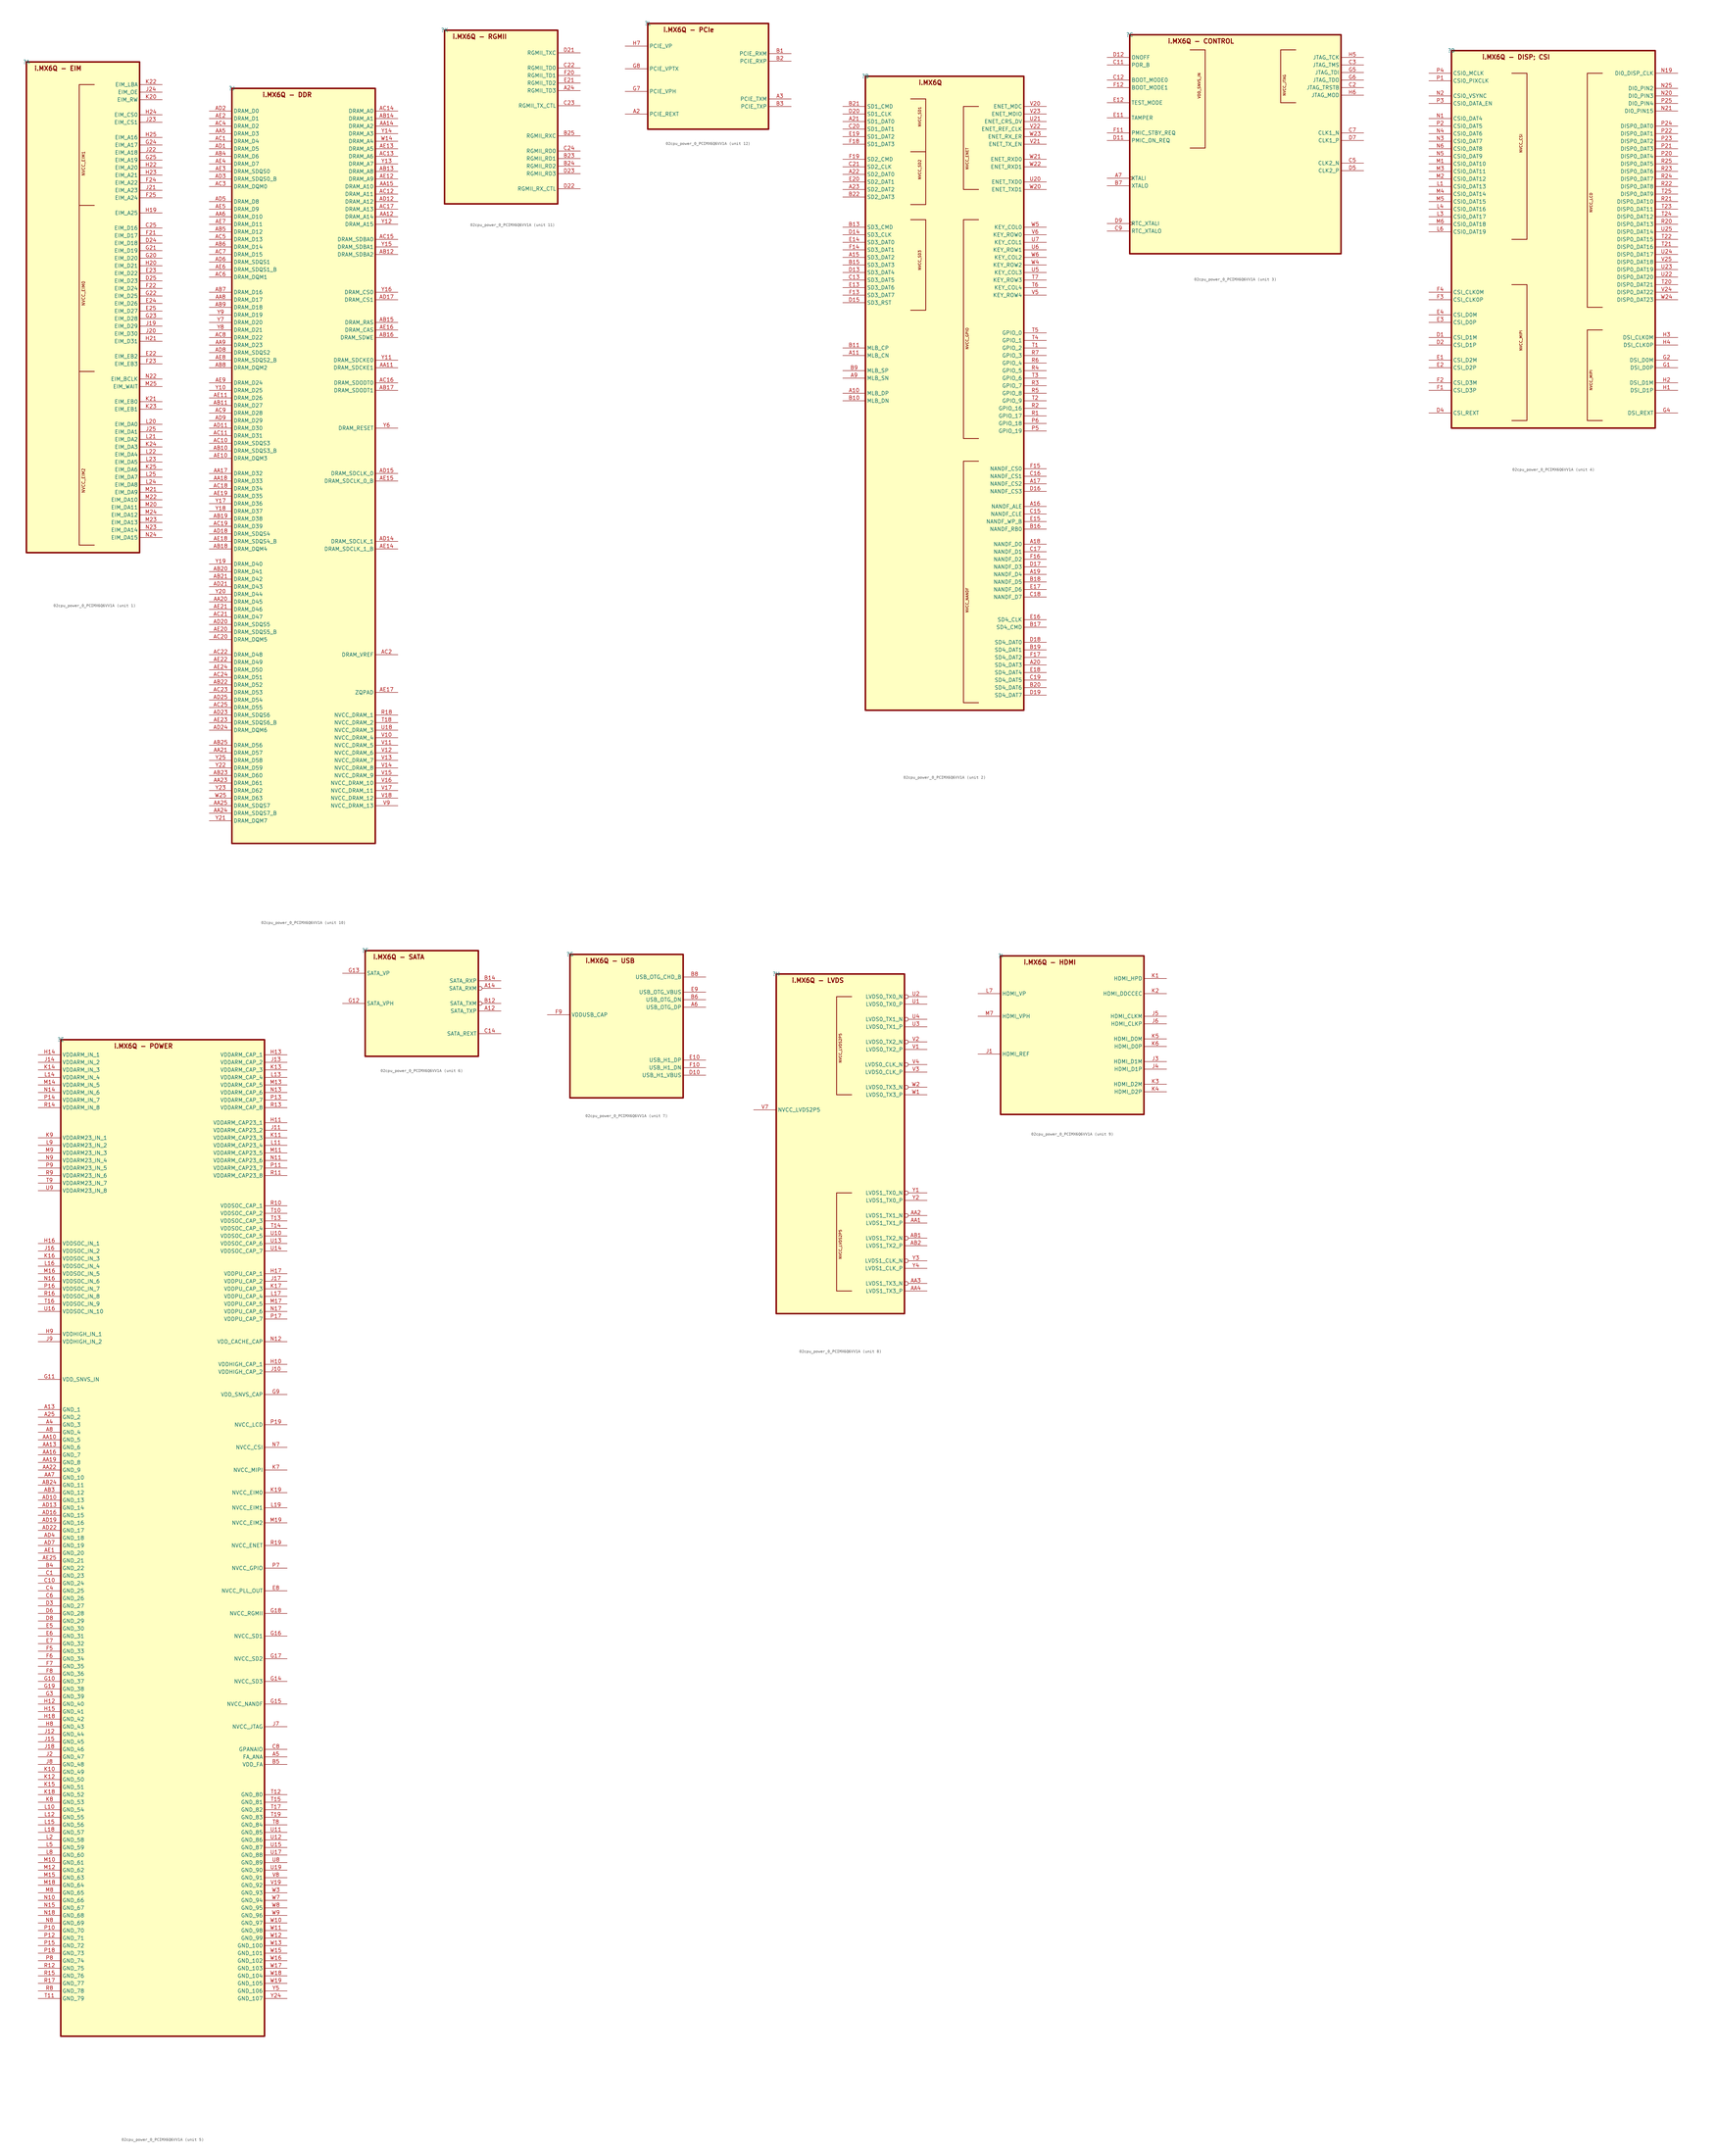
<source format=kicad_sym>
(kicad_symbol_lib
  (version 20220914)
  (generator kicad_symbol_editor)
  (symbol "02cpu_power_0_PCIMX6Q6VV1A"
    (property "Reference" ""
      (at 0 0 0)
      (effects (font (size 1.27 1.27))))
    (property "Value" ""
      (at 0 0 0)
      (effects (font (size 1.27 1.27))))
    (symbol "02cpu_power_0_PCIMX6Q6VV1A_1_0"
      (polyline (pts (xy 17.78 -104.14) (xy 17.78 -162.56)) (stroke (width 0.254) (type solid)) (fill (type none)))
      (polyline (pts (xy 17.78 -104.14) (xy 22.86 -104.14)) (stroke (width 0.254) (type solid)) (fill (type none)))
      (polyline (pts (xy 17.78 -48.26) (xy 22.86 -48.26)) (stroke (width 0.254) (type solid)) (fill (type none)))
      (polyline (pts (xy 17.78 -7.62) (xy 17.78 -104.14)) (stroke (width 0.254) (type solid)) (fill (type none)))
      (polyline (pts (xy 22.86 -162.56) (xy 17.78 -162.56)) (stroke (width 0.254) (type solid)) (fill (type none)))
      (polyline (pts (xy 22.86 -7.62) (xy 17.78 -7.62)) (stroke (width 0.254) (type solid)) (fill (type none)))
      (rectangle (start 38.1 0) (end 0 -165.1) (stroke (width 0.508) (type solid)) (fill (type background)))
      (text "i.MX6Q - EIM" (at 2.54 -3.048 0) (effects (font (size 1.524 1.524) bold) (justify left bottom)))
      (text "NVCC_EIM0" (at 19.812 -82.101 900) (effects (font (size 1.016 1.016)) (justify left bottom)))
      (text "NVCC_EIM1" (at 19.812 -38.413 900) (effects (font (size 1.016 1.016)) (justify left bottom)))
      (text "NVCC_EIM2" (at 19.812 -145.093 900) (effects (font (size 1.016 1.016)) (justify left bottom)))
      (pin bidirectional line (at 45.72 -55.88 180) (length 7.62) (name "EIM_D16" (effects (font (size 1.27 1.27)))) (number "C25" (effects (font (size 1.27 1.27)))))
      (pin bidirectional line (at 45.72 -60.96 180) (length 7.62) (name "EIM_D18" (effects (font (size 1.27 1.27)))) (number "D24" (effects (font (size 1.27 1.27)))))
      (pin bidirectional line (at 45.72 -73.66 180) (length 7.62) (name "EIM_D23" (effects (font (size 1.27 1.27)))) (number "D25" (effects (font (size 1.27 1.27)))))
      (pin bidirectional line (at 45.72 -99.06 180) (length 7.62) (name "EIM_EB2" (effects (font (size 1.27 1.27)))) (number "E22" (effects (font (size 1.27 1.27)))))
      (pin bidirectional line (at 45.72 -71.12 180) (length 7.62) (name "EIM_D22" (effects (font (size 1.27 1.27)))) (number "E23" (effects (font (size 1.27 1.27)))))
      (pin bidirectional line (at 45.72 -81.28 180) (length 7.62) (name "EIM_D26" (effects (font (size 1.27 1.27)))) (number "E24" (effects (font (size 1.27 1.27)))))
      (pin bidirectional line (at 45.72 -83.82 180) (length 7.62) (name "EIM_D27" (effects (font (size 1.27 1.27)))) (number "E25" (effects (font (size 1.27 1.27)))))
      (pin bidirectional line (at 45.72 -58.42 180) (length 7.62) (name "EIM_D17" (effects (font (size 1.27 1.27)))) (number "F21" (effects (font (size 1.27 1.27)))))
      (pin bidirectional line (at 45.72 -76.2 180) (length 7.62) (name "EIM_D24" (effects (font (size 1.27 1.27)))) (number "F22" (effects (font (size 1.27 1.27)))))
      (pin bidirectional line (at 45.72 -101.6 180) (length 7.62) (name "EIM_EB3" (effects (font (size 1.27 1.27)))) (number "F23" (effects (font (size 1.27 1.27)))))
      (pin bidirectional line (at 45.72 -40.64 180) (length 7.62) (name "EIM_A22" (effects (font (size 1.27 1.27)))) (number "F24" (effects (font (size 1.27 1.27)))))
      (pin bidirectional line (at 45.72 -45.72 180) (length 7.62) (name "EIM_A24" (effects (font (size 1.27 1.27)))) (number "F25" (effects (font (size 1.27 1.27)))))
      (pin bidirectional line (at 45.72 -66.04 180) (length 7.62) (name "EIM_D20" (effects (font (size 1.27 1.27)))) (number "G20" (effects (font (size 1.27 1.27)))))
      (pin bidirectional line (at 45.72 -63.5 180) (length 7.62) (name "EIM_D19" (effects (font (size 1.27 1.27)))) (number "G21" (effects (font (size 1.27 1.27)))))
      (pin bidirectional line (at 45.72 -78.74 180) (length 7.62) (name "EIM_D25" (effects (font (size 1.27 1.27)))) (number "G22" (effects (font (size 1.27 1.27)))))
      (pin bidirectional line (at 45.72 -86.36 180) (length 7.62) (name "EIM_D28" (effects (font (size 1.27 1.27)))) (number "G23" (effects (font (size 1.27 1.27)))))
      (pin bidirectional line (at 45.72 -27.94 180) (length 7.62) (name "EIM_A17" (effects (font (size 1.27 1.27)))) (number "G24" (effects (font (size 1.27 1.27)))))
      (pin bidirectional line (at 45.72 -33.02 180) (length 7.62) (name "EIM_A19" (effects (font (size 1.27 1.27)))) (number "G25" (effects (font (size 1.27 1.27)))))
      (pin bidirectional line (at 45.72 -50.8 180) (length 7.62) (name "EIM_A25" (effects (font (size 1.27 1.27)))) (number "H19" (effects (font (size 1.27 1.27)))))
      (pin bidirectional line (at 45.72 -68.58 180) (length 7.62) (name "EIM_D21" (effects (font (size 1.27 1.27)))) (number "H20" (effects (font (size 1.27 1.27)))))
      (pin bidirectional line (at 45.72 -93.98 180) (length 7.62) (name "EIM_D31" (effects (font (size 1.27 1.27)))) (number "H21" (effects (font (size 1.27 1.27)))))
      (pin bidirectional line (at 45.72 -35.56 180) (length 7.62) (name "EIM_A20" (effects (font (size 1.27 1.27)))) (number "H22" (effects (font (size 1.27 1.27)))))
      (pin bidirectional line (at 45.72 -38.1 180) (length 7.62) (name "EIM_A21" (effects (font (size 1.27 1.27)))) (number "H23" (effects (font (size 1.27 1.27)))))
      (pin bidirectional line (at 45.72 -17.78 180) (length 7.62) (name "EIM_CS0" (effects (font (size 1.27 1.27)))) (number "H24" (effects (font (size 1.27 1.27)))))
      (pin bidirectional line (at 45.72 -25.4 180) (length 7.62) (name "EIM_A16" (effects (font (size 1.27 1.27)))) (number "H25" (effects (font (size 1.27 1.27)))))
      (pin bidirectional line (at 45.72 -88.9 180) (length 7.62) (name "EIM_D29" (effects (font (size 1.27 1.27)))) (number "J19" (effects (font (size 1.27 1.27)))))
      (pin bidirectional line (at 45.72 -91.44 180) (length 7.62) (name "EIM_D30" (effects (font (size 1.27 1.27)))) (number "J20" (effects (font (size 1.27 1.27)))))
      (pin bidirectional line (at 45.72 -43.18 180) (length 7.62) (name "EIM_A23" (effects (font (size 1.27 1.27)))) (number "J21" (effects (font (size 1.27 1.27)))))
      (pin bidirectional line (at 45.72 -30.48 180) (length 7.62) (name "EIM_A18" (effects (font (size 1.27 1.27)))) (number "J22" (effects (font (size 1.27 1.27)))))
      (pin bidirectional line (at 45.72 -20.32 180) (length 7.62) (name "EIM_CS1" (effects (font (size 1.27 1.27)))) (number "J23" (effects (font (size 1.27 1.27)))))
      (pin bidirectional line (at 45.72 -10.16 180) (length 7.62) (name "EIM_OE" (effects (font (size 1.27 1.27)))) (number "J24" (effects (font (size 1.27 1.27)))))
      (pin bidirectional line (at 45.72 -124.46 180) (length 7.62) (name "EIM_DA1" (effects (font (size 1.27 1.27)))) (number "J25" (effects (font (size 1.27 1.27)))))
      (pin bidirectional line (at 45.72 -12.7 180) (length 7.62) (name "EIM_RW" (effects (font (size 1.27 1.27)))) (number "K20" (effects (font (size 1.27 1.27)))))
      (pin bidirectional line (at 45.72 -114.3 180) (length 7.62) (name "EIM_EB0" (effects (font (size 1.27 1.27)))) (number "K21" (effects (font (size 1.27 1.27)))))
      (pin bidirectional line (at 45.72 -7.62 180) (length 7.62) (name "EIM_LBA" (effects (font (size 1.27 1.27)))) (number "K22" (effects (font (size 1.27 1.27)))))
      (pin bidirectional line (at 45.72 -116.84 180) (length 7.62) (name "EIM_EB1" (effects (font (size 1.27 1.27)))) (number "K23" (effects (font (size 1.27 1.27)))))
      (pin bidirectional line (at 45.72 -129.54 180) (length 7.62) (name "EIM_DA3" (effects (font (size 1.27 1.27)))) (number "K24" (effects (font (size 1.27 1.27)))))
      (pin bidirectional line (at 45.72 -137.16 180) (length 7.62) (name "EIM_DA6" (effects (font (size 1.27 1.27)))) (number "K25" (effects (font (size 1.27 1.27)))))
      (pin bidirectional line (at 45.72 -121.92 180) (length 7.62) (name "EIM_DA0" (effects (font (size 1.27 1.27)))) (number "L20" (effects (font (size 1.27 1.27)))))
      (pin bidirectional line (at 45.72 -127 180) (length 7.62) (name "EIM_DA2" (effects (font (size 1.27 1.27)))) (number "L21" (effects (font (size 1.27 1.27)))))
      (pin bidirectional line (at 45.72 -132.08 180) (length 7.62) (name "EIM_DA4" (effects (font (size 1.27 1.27)))) (number "L22" (effects (font (size 1.27 1.27)))))
      (pin bidirectional line (at 45.72 -134.62 180) (length 7.62) (name "EIM_DA5" (effects (font (size 1.27 1.27)))) (number "L23" (effects (font (size 1.27 1.27)))))
      (pin bidirectional line (at 45.72 -142.24 180) (length 7.62) (name "EIM_DA8" (effects (font (size 1.27 1.27)))) (number "L24" (effects (font (size 1.27 1.27)))))
      (pin bidirectional line (at 45.72 -139.7 180) (length 7.62) (name "EIM_DA7" (effects (font (size 1.27 1.27)))) (number "L25" (effects (font (size 1.27 1.27)))))
      (pin bidirectional line (at 45.72 -149.86 180) (length 7.62) (name "EIM_DA11" (effects (font (size 1.27 1.27)))) (number "M20" (effects (font (size 1.27 1.27)))))
      (pin bidirectional line (at 45.72 -144.78 180) (length 7.62) (name "EIM_DA9" (effects (font (size 1.27 1.27)))) (number "M21" (effects (font (size 1.27 1.27)))))
      (pin bidirectional line (at 45.72 -147.32 180) (length 7.62) (name "EIM_DA10" (effects (font (size 1.27 1.27)))) (number "M22" (effects (font (size 1.27 1.27)))))
      (pin bidirectional line (at 45.72 -154.94 180) (length 7.62) (name "EIM_DA13" (effects (font (size 1.27 1.27)))) (number "M23" (effects (font (size 1.27 1.27)))))
      (pin bidirectional line (at 45.72 -152.4 180) (length 7.62) (name "EIM_DA12" (effects (font (size 1.27 1.27)))) (number "M24" (effects (font (size 1.27 1.27)))))
      (pin bidirectional line (at 45.72 -109.22 180) (length 7.62) (name "EIM_WAIT" (effects (font (size 1.27 1.27)))) (number "M25" (effects (font (size 1.27 1.27)))))
      (pin bidirectional line (at 45.72 -106.68 180) (length 7.62) (name "EIM_BCLK" (effects (font (size 1.27 1.27)))) (number "N22" (effects (font (size 1.27 1.27)))))
      (pin bidirectional line (at 45.72 -157.48 180) (length 7.62) (name "EIM_DA14" (effects (font (size 1.27 1.27)))) (number "N23" (effects (font (size 1.27 1.27)))))
      (pin bidirectional line (at 45.72 -160.02 180) (length 7.62) (name "EIM_DA15" (effects (font (size 1.27 1.27)))) (number "N24" (effects (font (size 1.27 1.27))))))
    (symbol "02cpu_power_0_PCIMX6Q6VV1A_2_0"
      (polyline (pts (xy 20.32 -78.74) (xy 15.24 -78.74)) (stroke (width 0.254) (type solid)) (fill (type none)))
      (polyline (pts (xy 20.32 -48.26) (xy 15.24 -48.26)) (stroke (width 0.254) (type solid)) (fill (type none)))
      (polyline (pts (xy 20.32 -48.26) (xy 20.32 -78.74)) (stroke (width 0.254) (type solid)) (fill (type none)))
      (polyline (pts (xy 20.32 -43.18) (xy 15.24 -43.18)) (stroke (width 0.254) (type solid)) (fill (type none)))
      (polyline (pts (xy 20.32 -25.4) (xy 15.24 -25.4)) (stroke (width 0.254) (type solid)) (fill (type none)))
      (polyline (pts (xy 20.32 -7.62) (xy 15.24 -7.62)) (stroke (width 0.254) (type solid)) (fill (type none)))
      (polyline (pts (xy 20.32 -7.62) (xy 20.32 -43.18)) (stroke (width 0.254) (type solid)) (fill (type none)))
      (polyline (pts (xy 33.02 -129.54) (xy 33.02 -210.82)) (stroke (width 0.254) (type solid)) (fill (type none)))
      (polyline (pts (xy 33.02 -48.26) (xy 33.02 -121.92)) (stroke (width 0.254) (type solid)) (fill (type none)))
      (polyline (pts (xy 33.02 -10.16) (xy 33.02 -38.1)) (stroke (width 0.254) (type solid)) (fill (type none)))
      (polyline (pts (xy 38.1 -210.82) (xy 33.02 -210.82)) (stroke (width 0.254) (type solid)) (fill (type none)))
      (polyline (pts (xy 38.1 -129.54) (xy 33.02 -129.54)) (stroke (width 0.254) (type solid)) (fill (type none)))
      (polyline (pts (xy 38.1 -121.92) (xy 33.02 -121.92)) (stroke (width 0.254) (type solid)) (fill (type none)))
      (polyline (pts (xy 38.1 -48.26) (xy 33.02 -48.26)) (stroke (width 0.254) (type solid)) (fill (type none)))
      (polyline (pts (xy 38.1 -38.1) (xy 33.02 -38.1)) (stroke (width 0.254) (type solid)) (fill (type none)))
      (polyline (pts (xy 38.1 -10.16) (xy 33.02 -10.16)) (stroke (width 0.254) (type solid)) (fill (type none)))
      (rectangle (start 53.34 0) (end 0 -213.36) (stroke (width 0.508) (type solid)) (fill (type background)))
      (text "i.MX6Q" (at 17.78 -3.048 0) (effects (font (size 1.524 1.524) bold) (justify left bottom)))
      (text "NVCC_ENET" (at 34.798 -31.496 900) (effects (font (size 0.889 0.889)) (justify left bottom)))
      (text "NVCC_GPIO" (at 34.798 -92.007 900) (effects (font (size 0.889 0.889)) (justify left bottom)))
      (text "NVCC_NANDF" (at 34.798 -180.614 900) (effects (font (size 0.889 0.889)) (justify left bottom)))
      (text "NVCC_SD1" (at 17.78 -10.16 900) (effects (font (size 0.889 0.889)) (justify right top)))
      (text "NVCC_SD2" (at 17.78 -27.94 900) (effects (font (size 0.889 0.889)) (justify right top)))
      (text "NVCC_SD3" (at 17.78 -58.42 900) (effects (font (size 0.889 0.889)) (justify right top)))
      (pin input line (at -7.62 -106.68 0) (length 7.62) (name "MLB_DP" (effects (font (size 1.27 1.27)))) (number "A10" (effects (font (size 1.27 1.27)))))
      (pin input line (at -7.62 -93.98 0) (length 7.62) (name "MLB_CN" (effects (font (size 1.27 1.27)))) (number "A11" (effects (font (size 1.27 1.27)))))
      (pin bidirectional line (at -7.62 -60.96 0) (length 7.62) (name "SD3_DAT2" (effects (font (size 1.27 1.27)))) (number "A15" (effects (font (size 1.27 1.27)))))
      (pin bidirectional line (at 60.96 -144.78 180) (length 7.62) (name "NANDF_ALE" (effects (font (size 1.27 1.27)))) (number "A16" (effects (font (size 1.27 1.27)))))
      (pin bidirectional line (at 60.96 -137.16 180) (length 7.62) (name "NANDF_CS2" (effects (font (size 1.27 1.27)))) (number "A17" (effects (font (size 1.27 1.27)))))
      (pin bidirectional line (at 60.96 -157.48 180) (length 7.62) (name "NANDF_D0" (effects (font (size 1.27 1.27)))) (number "A18" (effects (font (size 1.27 1.27)))))
      (pin bidirectional line (at 60.96 -167.64 180) (length 7.62) (name "NANDF_D4" (effects (font (size 1.27 1.27)))) (number "A19" (effects (font (size 1.27 1.27)))))
      (pin bidirectional line (at 60.96 -198.12 180) (length 7.62) (name "SD4_DAT3" (effects (font (size 1.27 1.27)))) (number "A20" (effects (font (size 1.27 1.27)))))
      (pin bidirectional line (at -7.62 -15.24 0) (length 7.62) (name "SD1_DAT0" (effects (font (size 1.27 1.27)))) (number "A21" (effects (font (size 1.27 1.27)))))
      (pin bidirectional line (at -7.62 -33.02 0) (length 7.62) (name "SD2_DAT0" (effects (font (size 1.27 1.27)))) (number "A22" (effects (font (size 1.27 1.27)))))
      (pin bidirectional line (at -7.62 -38.1 0) (length 7.62) (name "SD2_DAT2" (effects (font (size 1.27 1.27)))) (number "A23" (effects (font (size 1.27 1.27)))))
      (pin input line (at -7.62 -101.6 0) (length 7.62) (name "MLB_SN" (effects (font (size 1.27 1.27)))) (number "A9" (effects (font (size 1.27 1.27)))))
      (pin input line (at -7.62 -109.22 0) (length 7.62) (name "MLB_DN" (effects (font (size 1.27 1.27)))) (number "B10" (effects (font (size 1.27 1.27)))))
      (pin input line (at -7.62 -91.44 0) (length 7.62) (name "MLB_CP" (effects (font (size 1.27 1.27)))) (number "B11" (effects (font (size 1.27 1.27)))))
      (pin bidirectional line (at -7.62 -50.8 0) (length 7.62) (name "SD3_CMD" (effects (font (size 1.27 1.27)))) (number "B13" (effects (font (size 1.27 1.27)))))
      (pin bidirectional line (at -7.62 -63.5 0) (length 7.62) (name "SD3_DAT3" (effects (font (size 1.27 1.27)))) (number "B15" (effects (font (size 1.27 1.27)))))
      (pin bidirectional line (at 60.96 -152.4 180) (length 7.62) (name "NANDF_RB0" (effects (font (size 1.27 1.27)))) (number "B16" (effects (font (size 1.27 1.27)))))
      (pin bidirectional line (at 60.96 -185.42 180) (length 7.62) (name "SD4_CMD" (effects (font (size 1.27 1.27)))) (number "B17" (effects (font (size 1.27 1.27)))))
      (pin bidirectional line (at 60.96 -170.18 180) (length 7.62) (name "NANDF_D5" (effects (font (size 1.27 1.27)))) (number "B18" (effects (font (size 1.27 1.27)))))
      (pin bidirectional line (at 60.96 -193.04 180) (length 7.62) (name "SD4_DAT1" (effects (font (size 1.27 1.27)))) (number "B19" (effects (font (size 1.27 1.27)))))
      (pin bidirectional line (at 60.96 -205.74 180) (length 7.62) (name "SD4_DAT6" (effects (font (size 1.27 1.27)))) (number "B20" (effects (font (size 1.27 1.27)))))
      (pin bidirectional line (at -7.62 -10.16 0) (length 7.62) (name "SD1_CMD" (effects (font (size 1.27 1.27)))) (number "B21" (effects (font (size 1.27 1.27)))))
      (pin bidirectional line (at -7.62 -40.64 0) (length 7.62) (name "SD2_DAT3" (effects (font (size 1.27 1.27)))) (number "B22" (effects (font (size 1.27 1.27)))))
      (pin input line (at -7.62 -99.06 0) (length 7.62) (name "MLB_SP" (effects (font (size 1.27 1.27)))) (number "B9" (effects (font (size 1.27 1.27)))))
      (pin bidirectional line (at -7.62 -68.58 0) (length 7.62) (name "SD3_DAT5" (effects (font (size 1.27 1.27)))) (number "C13" (effects (font (size 1.27 1.27)))))
      (pin bidirectional line (at 60.96 -147.32 180) (length 7.62) (name "NANDF_CLE" (effects (font (size 1.27 1.27)))) (number "C15" (effects (font (size 1.27 1.27)))))
      (pin bidirectional line (at 60.96 -134.62 180) (length 7.62) (name "NANDF_CS1" (effects (font (size 1.27 1.27)))) (number "C16" (effects (font (size 1.27 1.27)))))
      (pin bidirectional line (at 60.96 -160.02 180) (length 7.62) (name "NANDF_D1" (effects (font (size 1.27 1.27)))) (number "C17" (effects (font (size 1.27 1.27)))))
      (pin bidirectional line (at 60.96 -175.26 180) (length 7.62) (name "NANDF_D7" (effects (font (size 1.27 1.27)))) (number "C18" (effects (font (size 1.27 1.27)))))
      (pin bidirectional line (at 60.96 -203.2 180) (length 7.62) (name "SD4_DAT5" (effects (font (size 1.27 1.27)))) (number "C19" (effects (font (size 1.27 1.27)))))
      (pin bidirectional line (at -7.62 -17.78 0) (length 7.62) (name "SD1_DAT1" (effects (font (size 1.27 1.27)))) (number "C20" (effects (font (size 1.27 1.27)))))
      (pin bidirectional line (at -7.62 -30.48 0) (length 7.62) (name "SD2_CLK" (effects (font (size 1.27 1.27)))) (number "C21" (effects (font (size 1.27 1.27)))))
      (pin bidirectional line (at -7.62 -66.04 0) (length 7.62) (name "SD3_DAT4" (effects (font (size 1.27 1.27)))) (number "D13" (effects (font (size 1.27 1.27)))))
      (pin bidirectional line (at -7.62 -53.34 0) (length 7.62) (name "SD3_CLK" (effects (font (size 1.27 1.27)))) (number "D14" (effects (font (size 1.27 1.27)))))
      (pin bidirectional line (at -7.62 -76.2 0) (length 7.62) (name "SD3_RST" (effects (font (size 1.27 1.27)))) (number "D15" (effects (font (size 1.27 1.27)))))
      (pin bidirectional line (at 60.96 -139.7 180) (length 7.62) (name "NANDF_CS3" (effects (font (size 1.27 1.27)))) (number "D16" (effects (font (size 1.27 1.27)))))
      (pin bidirectional line (at 60.96 -165.1 180) (length 7.62) (name "NANDF_D3" (effects (font (size 1.27 1.27)))) (number "D17" (effects (font (size 1.27 1.27)))))
      (pin bidirectional line (at 60.96 -190.5 180) (length 7.62) (name "SD4_DAT0" (effects (font (size 1.27 1.27)))) (number "D18" (effects (font (size 1.27 1.27)))))
      (pin bidirectional line (at 60.96 -208.28 180) (length 7.62) (name "SD4_DAT7" (effects (font (size 1.27 1.27)))) (number "D19" (effects (font (size 1.27 1.27)))))
      (pin bidirectional line (at -7.62 -12.7 0) (length 7.62) (name "SD1_CLK" (effects (font (size 1.27 1.27)))) (number "D20" (effects (font (size 1.27 1.27)))))
      (pin bidirectional line (at -7.62 -71.12 0) (length 7.62) (name "SD3_DAT6" (effects (font (size 1.27 1.27)))) (number "E13" (effects (font (size 1.27 1.27)))))
      (pin bidirectional line (at -7.62 -55.88 0) (length 7.62) (name "SD3_DAT0" (effects (font (size 1.27 1.27)))) (number "E14" (effects (font (size 1.27 1.27)))))
      (pin bidirectional line (at 60.96 -149.86 180) (length 7.62) (name "NANDF_WP_B" (effects (font (size 1.27 1.27)))) (number "E15" (effects (font (size 1.27 1.27)))))
      (pin bidirectional line (at 60.96 -182.88 180) (length 7.62) (name "SD4_CLK" (effects (font (size 1.27 1.27)))) (number "E16" (effects (font (size 1.27 1.27)))))
      (pin bidirectional line (at 60.96 -172.72 180) (length 7.62) (name "NANDF_D6" (effects (font (size 1.27 1.27)))) (number "E17" (effects (font (size 1.27 1.27)))))
      (pin bidirectional line (at 60.96 -200.66 180) (length 7.62) (name "SD4_DAT4" (effects (font (size 1.27 1.27)))) (number "E18" (effects (font (size 1.27 1.27)))))
      (pin bidirectional line (at -7.62 -20.32 0) (length 7.62) (name "SD1_DAT2" (effects (font (size 1.27 1.27)))) (number "E19" (effects (font (size 1.27 1.27)))))
      (pin bidirectional line (at -7.62 -35.56 0) (length 7.62) (name "SD2_DAT1" (effects (font (size 1.27 1.27)))) (number "E20" (effects (font (size 1.27 1.27)))))
      (pin bidirectional line (at -7.62 -73.66 0) (length 7.62) (name "SD3_DAT7" (effects (font (size 1.27 1.27)))) (number "F13" (effects (font (size 1.27 1.27)))))
      (pin bidirectional line (at -7.62 -58.42 0) (length 7.62) (name "SD3_DAT1" (effects (font (size 1.27 1.27)))) (number "F14" (effects (font (size 1.27 1.27)))))
      (pin bidirectional line (at 60.96 -132.08 180) (length 7.62) (name "NANDF_CS0" (effects (font (size 1.27 1.27)))) (number "F15" (effects (font (size 1.27 1.27)))))
      (pin bidirectional line (at 60.96 -162.56 180) (length 7.62) (name "NANDF_D2" (effects (font (size 1.27 1.27)))) (number "F16" (effects (font (size 1.27 1.27)))))
      (pin bidirectional line (at 60.96 -195.58 180) (length 7.62) (name "SD4_DAT2" (effects (font (size 1.27 1.27)))) (number "F17" (effects (font (size 1.27 1.27)))))
      (pin bidirectional line (at -7.62 -22.86 0) (length 7.62) (name "SD1_DAT3" (effects (font (size 1.27 1.27)))) (number "F18" (effects (font (size 1.27 1.27)))))
      (pin bidirectional line (at -7.62 -27.94 0) (length 7.62) (name "SD2_CMD" (effects (font (size 1.27 1.27)))) (number "F19" (effects (font (size 1.27 1.27)))))
      (pin bidirectional line (at 60.96 -119.38 180) (length 7.62) (name "GPIO_19" (effects (font (size 1.27 1.27)))) (number "P5" (effects (font (size 1.27 1.27)))))
      (pin bidirectional line (at 60.96 -116.84 180) (length 7.62) (name "GPIO_18" (effects (font (size 1.27 1.27)))) (number "P6" (effects (font (size 1.27 1.27)))))
      (pin bidirectional line (at 60.96 -114.3 180) (length 7.62) (name "GPIO_17" (effects (font (size 1.27 1.27)))) (number "R1" (effects (font (size 1.27 1.27)))))
      (pin bidirectional line (at 60.96 -111.76 180) (length 7.62) (name "GPIO_16" (effects (font (size 1.27 1.27)))) (number "R2" (effects (font (size 1.27 1.27)))))
      (pin bidirectional line (at 60.96 -104.14 180) (length 7.62) (name "GPIO_7" (effects (font (size 1.27 1.27)))) (number "R3" (effects (font (size 1.27 1.27)))))
      (pin bidirectional line (at 60.96 -99.06 180) (length 7.62) (name "GPIO_5" (effects (font (size 1.27 1.27)))) (number "R4" (effects (font (size 1.27 1.27)))))
      (pin bidirectional line (at 60.96 -106.68 180) (length 7.62) (name "GPIO_8" (effects (font (size 1.27 1.27)))) (number "R5" (effects (font (size 1.27 1.27)))))
      (pin bidirectional line (at 60.96 -96.52 180) (length 7.62) (name "GPIO_4" (effects (font (size 1.27 1.27)))) (number "R6" (effects (font (size 1.27 1.27)))))
      (pin bidirectional line (at 60.96 -93.98 180) (length 7.62) (name "GPIO_3" (effects (font (size 1.27 1.27)))) (number "R7" (effects (font (size 1.27 1.27)))))
      (pin bidirectional line (at 60.96 -91.44 180) (length 7.62) (name "GPIO_2" (effects (font (size 1.27 1.27)))) (number "T1" (effects (font (size 1.27 1.27)))))
      (pin bidirectional line (at 60.96 -109.22 180) (length 7.62) (name "GPIO_9" (effects (font (size 1.27 1.27)))) (number "T2" (effects (font (size 1.27 1.27)))))
      (pin bidirectional line (at 60.96 -101.6 180) (length 7.62) (name "GPIO_6" (effects (font (size 1.27 1.27)))) (number "T3" (effects (font (size 1.27 1.27)))))
      (pin bidirectional line (at 60.96 -88.9 180) (length 7.62) (name "GPIO_1" (effects (font (size 1.27 1.27)))) (number "T4" (effects (font (size 1.27 1.27)))))
      (pin bidirectional line (at 60.96 -86.36 180) (length 7.62) (name "GPIO_0" (effects (font (size 1.27 1.27)))) (number "T5" (effects (font (size 1.27 1.27)))))
      (pin bidirectional line (at 60.96 -71.12 180) (length 7.62) (name "KEY_COL4" (effects (font (size 1.27 1.27)))) (number "T6" (effects (font (size 1.27 1.27)))))
      (pin bidirectional line (at 60.96 -68.58 180) (length 7.62) (name "KEY_ROW3" (effects (font (size 1.27 1.27)))) (number "T7" (effects (font (size 1.27 1.27)))))
      (pin bidirectional line (at 60.96 -35.56 180) (length 7.62) (name "ENET_TXD0" (effects (font (size 1.27 1.27)))) (number "U20" (effects (font (size 1.27 1.27)))))
      (pin bidirectional line (at 60.96 -15.24 180) (length 7.62) (name "ENET_CRS_DV" (effects (font (size 1.27 1.27)))) (number "U21" (effects (font (size 1.27 1.27)))))
      (pin bidirectional line (at 60.96 -66.04 180) (length 7.62) (name "KEY_COL3" (effects (font (size 1.27 1.27)))) (number "U5" (effects (font (size 1.27 1.27)))))
      (pin bidirectional line (at 60.96 -58.42 180) (length 7.62) (name "KEY_ROW1" (effects (font (size 1.27 1.27)))) (number "U6" (effects (font (size 1.27 1.27)))))
      (pin bidirectional line (at 60.96 -55.88 180) (length 7.62) (name "KEY_COL1" (effects (font (size 1.27 1.27)))) (number "U7" (effects (font (size 1.27 1.27)))))
      (pin bidirectional line (at 60.96 -10.16 180) (length 7.62) (name "ENET_MDC" (effects (font (size 1.27 1.27)))) (number "V20" (effects (font (size 1.27 1.27)))))
      (pin bidirectional line (at 60.96 -22.86 180) (length 7.62) (name "ENET_TX_EN" (effects (font (size 1.27 1.27)))) (number "V21" (effects (font (size 1.27 1.27)))))
      (pin bidirectional line (at 60.96 -17.78 180) (length 7.62) (name "ENET_REF_CLK" (effects (font (size 1.27 1.27)))) (number "V22" (effects (font (size 1.27 1.27)))))
      (pin bidirectional line (at 60.96 -12.7 180) (length 7.62) (name "ENET_MDIO" (effects (font (size 1.27 1.27)))) (number "V23" (effects (font (size 1.27 1.27)))))
      (pin bidirectional line (at 60.96 -73.66 180) (length 7.62) (name "KEY_ROW4" (effects (font (size 1.27 1.27)))) (number "V5" (effects (font (size 1.27 1.27)))))
      (pin bidirectional line (at 60.96 -53.34 180) (length 7.62) (name "KEY_ROW0" (effects (font (size 1.27 1.27)))) (number "V6" (effects (font (size 1.27 1.27)))))
      (pin bidirectional line (at 60.96 -38.1 180) (length 7.62) (name "ENET_TXD1" (effects (font (size 1.27 1.27)))) (number "W20" (effects (font (size 1.27 1.27)))))
      (pin bidirectional line (at 60.96 -27.94 180) (length 7.62) (name "ENET_RXD0" (effects (font (size 1.27 1.27)))) (number "W21" (effects (font (size 1.27 1.27)))))
      (pin bidirectional line (at 60.96 -30.48 180) (length 7.62) (name "ENET_RXD1" (effects (font (size 1.27 1.27)))) (number "W22" (effects (font (size 1.27 1.27)))))
      (pin bidirectional line (at 60.96 -20.32 180) (length 7.62) (name "ENET_RX_ER" (effects (font (size 1.27 1.27)))) (number "W23" (effects (font (size 1.27 1.27)))))
      (pin bidirectional line (at 60.96 -63.5 180) (length 7.62) (name "KEY_ROW2" (effects (font (size 1.27 1.27)))) (number "W4" (effects (font (size 1.27 1.27)))))
      (pin bidirectional line (at 60.96 -50.8 180) (length 7.62) (name "KEY_COL0" (effects (font (size 1.27 1.27)))) (number "W5" (effects (font (size 1.27 1.27)))))
      (pin bidirectional line (at 60.96 -60.96 180) (length 7.62) (name "KEY_COL2" (effects (font (size 1.27 1.27)))) (number "W6" (effects (font (size 1.27 1.27))))))
    (symbol "02cpu_power_0_PCIMX6Q6VV1A_3_0"
      (polyline (pts (xy 25.4 -38.1) (xy 20.32 -38.1)) (stroke (width 0.254) (type solid)) (fill (type none)))
      (polyline (pts (xy 25.4 -5.08) (xy 20.32 -5.08)) (stroke (width 0.254) (type solid)) (fill (type none)))
      (polyline (pts (xy 25.4 -5.08) (xy 25.4 -38.1)) (stroke (width 0.254) (type solid)) (fill (type none)))
      (polyline (pts (xy 50.8 -22.86) (xy 55.88 -22.86)) (stroke (width 0.254) (type solid)) (fill (type none)))
      (polyline (pts (xy 50.8 -5.08) (xy 50.8 -22.86)) (stroke (width 0.254) (type solid)) (fill (type none)))
      (polyline (pts (xy 50.8 -5.08) (xy 55.88 -5.08)) (stroke (width 0.254) (type solid)) (fill (type none)))
      (rectangle (start 71.12 0) (end 0 -73.66) (stroke (width 0.508) (type solid)) (fill (type background)))
      (text "i.MX6Q - CONTROL" (at 12.7 -3.048 0) (effects (font (size 1.524 1.524) bold) (justify left bottom)))
      (text "NVCC_JTAG" (at 52.578 -20.633 900) (effects (font (size 0.889 0.889)) (justify left bottom)))
      (text "VDD_SNVS_IN" (at 22.86 -12.7 900) (effects (font (size 0.889 0.889)) (justify right top)))
      (pin input clock (at -7.62 -48.26 0) (length 7.62) (name "XTALI" (effects (font (size 1.27 1.27)))) (number "A7" (effects (font (size 1.27 1.27)))))
      (pin output line (at -7.62 -50.8 0) (length 7.62) (name "XTALO" (effects (font (size 1.27 1.27)))) (number "B7" (effects (font (size 1.27 1.27)))))
      (pin input line (at -7.62 -10.16 0) (length 7.62) (name "POR_B" (effects (font (size 1.27 1.27)))) (number "C11" (effects (font (size 1.27 1.27)))))
      (pin input line (at -7.62 -15.24 0) (length 7.62) (name "BOOT_MODE0" (effects (font (size 1.27 1.27)))) (number "C12" (effects (font (size 1.27 1.27)))))
      (pin input line (at 78.74 -17.78 180) (length 7.62) (name "JTAG_TRSTB" (effects (font (size 1.27 1.27)))) (number "C2" (effects (font (size 1.27 1.27)))))
      (pin input line (at 78.74 -10.16 180) (length 7.62) (name "JTAG_TMS" (effects (font (size 1.27 1.27)))) (number "C3" (effects (font (size 1.27 1.27)))))
      (pin output line (at 78.74 -43.18 180) (length 7.62) (name "CLK2_N" (effects (font (size 1.27 1.27)))) (number "C5" (effects (font (size 1.27 1.27)))))
      (pin output line (at 78.74 -33.02 180) (length 7.62) (name "CLK1_N" (effects (font (size 1.27 1.27)))) (number "C7" (effects (font (size 1.27 1.27)))))
      (pin output line (at -7.62 -66.04 0) (length 7.62) (name "RTC_XTALO" (effects (font (size 1.27 1.27)))) (number "C9" (effects (font (size 1.27 1.27)))))
      (pin output line (at -7.62 -35.56 0) (length 7.62) (name "PMIC_ON_REQ" (effects (font (size 1.27 1.27)))) (number "D11" (effects (font (size 1.27 1.27)))))
      (pin input line (at -7.62 -7.62 0) (length 7.62) (name "ONOFF" (effects (font (size 1.27 1.27)))) (number "D12" (effects (font (size 1.27 1.27)))))
      (pin output line (at 78.74 -45.72 180) (length 7.62) (name "CLK2_P" (effects (font (size 1.27 1.27)))) (number "D5" (effects (font (size 1.27 1.27)))))
      (pin output line (at 78.74 -35.56 180) (length 7.62) (name "CLK1_P" (effects (font (size 1.27 1.27)))) (number "D7" (effects (font (size 1.27 1.27)))))
      (pin input clock (at -7.62 -63.5 0) (length 7.62) (name "RTC_XTALI" (effects (font (size 1.27 1.27)))) (number "D9" (effects (font (size 1.27 1.27)))))
      (pin input line (at -7.62 -27.94 0) (length 7.62) (name "TAMPER" (effects (font (size 1.27 1.27)))) (number "E11" (effects (font (size 1.27 1.27)))))
      (pin input line (at -7.62 -22.86 0) (length 7.62) (name "TEST_MODE" (effects (font (size 1.27 1.27)))) (number "E12" (effects (font (size 1.27 1.27)))))
      (pin output line (at -7.62 -33.02 0) (length 7.62) (name "PMIC_STBY_REQ" (effects (font (size 1.27 1.27)))) (number "F11" (effects (font (size 1.27 1.27)))))
      (pin input line (at -7.62 -17.78 0) (length 7.62) (name "BOOT_MODE1" (effects (font (size 1.27 1.27)))) (number "F12" (effects (font (size 1.27 1.27)))))
      (pin input line (at 78.74 -12.7 180) (length 7.62) (name "JTAG_TDI" (effects (font (size 1.27 1.27)))) (number "G5" (effects (font (size 1.27 1.27)))))
      (pin output line (at 78.74 -15.24 180) (length 7.62) (name "JTAG_TDO" (effects (font (size 1.27 1.27)))) (number "G6" (effects (font (size 1.27 1.27)))))
      (pin input line (at 78.74 -7.62 180) (length 7.62) (name "JTAG_TCK" (effects (font (size 1.27 1.27)))) (number "H5" (effects (font (size 1.27 1.27)))))
      (pin input line (at 78.74 -20.32 180) (length 7.62) (name "JTAG_MOD" (effects (font (size 1.27 1.27)))) (number "H6" (effects (font (size 1.27 1.27))))))
    (symbol "02cpu_power_0_PCIMX6Q6VV1A_4_0"
      (polyline (pts (xy 25.4 -124.46) (xy 20.32 -124.46)) (stroke (width 0.254) (type solid)) (fill (type none)))
      (polyline (pts (xy 25.4 -78.74) (xy 20.32 -78.74)) (stroke (width 0.254) (type solid)) (fill (type none)))
      (polyline (pts (xy 25.4 -78.74) (xy 25.4 -124.46)) (stroke (width 0.254) (type solid)) (fill (type none)))
      (polyline (pts (xy 25.4 -63.5) (xy 20.32 -63.5)) (stroke (width 0.254) (type solid)) (fill (type none)))
      (polyline (pts (xy 25.4 -7.62) (xy 20.32 -7.62)) (stroke (width 0.254) (type solid)) (fill (type none)))
      (polyline (pts (xy 25.4 -7.62) (xy 25.4 -63.5)) (stroke (width 0.254) (type solid)) (fill (type none)))
      (polyline (pts (xy 45.72 -93.98) (xy 45.72 -124.46)) (stroke (width 0.254) (type solid)) (fill (type none)))
      (polyline (pts (xy 45.72 -7.62) (xy 45.72 -86.36)) (stroke (width 0.254) (type solid)) (fill (type none)))
      (polyline (pts (xy 50.8 -124.46) (xy 45.72 -124.46)) (stroke (width 0.254) (type solid)) (fill (type none)))
      (polyline (pts (xy 50.8 -93.98) (xy 45.72 -93.98)) (stroke (width 0.254) (type solid)) (fill (type none)))
      (polyline (pts (xy 50.8 -86.36) (xy 45.72 -86.36)) (stroke (width 0.254) (type solid)) (fill (type none)))
      (polyline (pts (xy 50.8 -7.62) (xy 45.72 -7.62)) (stroke (width 0.254) (type solid)) (fill (type none)))
      (rectangle (start 68.58 0) (end 0 -127) (stroke (width 0.508) (type solid)) (fill (type background)))
      (text "i.MX6Q - DISP; CSI" (at 10.16 -3.048 0) (effects (font (size 1.524 1.524) bold) (justify left bottom)))
      (text "NVCC_CSI" (at 22.86 -27.94 900) (effects (font (size 0.889 0.889)) (justify right top)))
      (text "NVCC_LCD" (at 47.498 -54.532 900) (effects (font (size 0.889 0.889)) (justify left bottom)))
      (text "NVCC_MIPI" (at 22.86 -93.98 900) (effects (font (size 0.889 0.889)) (justify right top)))
      (text "NVCC_MIPI" (at 47.498 -114.417 900) (effects (font (size 0.889 0.889)) (justify left bottom)))
      (pin input line (at -7.62 -96.52 0) (length 7.62) (name "CSI_D1M" (effects (font (size 1.27 1.27)))) (number "D1" (effects (font (size 1.27 1.27)))))
      (pin input line (at -7.62 -99.06 0) (length 7.62) (name "CSI_D1P" (effects (font (size 1.27 1.27)))) (number "D2" (effects (font (size 1.27 1.27)))))
      (pin input line (at -7.62 -121.92 0) (length 7.62) (name "CSI_REXT" (effects (font (size 1.27 1.27)))) (number "D4" (effects (font (size 1.27 1.27)))))
      (pin input line (at -7.62 -104.14 0) (length 7.62) (name "CSI_D2M" (effects (font (size 1.27 1.27)))) (number "E1" (effects (font (size 1.27 1.27)))))
      (pin input line (at -7.62 -106.68 0) (length 7.62) (name "CSI_D2P" (effects (font (size 1.27 1.27)))) (number "E2" (effects (font (size 1.27 1.27)))))
      (pin input line (at -7.62 -91.44 0) (length 7.62) (name "CSI_D0P" (effects (font (size 1.27 1.27)))) (number "E3" (effects (font (size 1.27 1.27)))))
      (pin input line (at -7.62 -88.9 0) (length 7.62) (name "CSI_D0M" (effects (font (size 1.27 1.27)))) (number "E4" (effects (font (size 1.27 1.27)))))
      (pin input line (at -7.62 -114.3 0) (length 7.62) (name "CSI_D3P" (effects (font (size 1.27 1.27)))) (number "F1" (effects (font (size 1.27 1.27)))))
      (pin input line (at -7.62 -111.76 0) (length 7.62) (name "CSI_D3M" (effects (font (size 1.27 1.27)))) (number "F2" (effects (font (size 1.27 1.27)))))
      (pin input line (at -7.62 -83.82 0) (length 7.62) (name "CSI_CLK0P" (effects (font (size 1.27 1.27)))) (number "F3" (effects (font (size 1.27 1.27)))))
      (pin input line (at -7.62 -81.28 0) (length 7.62) (name "CSI_CLK0M" (effects (font (size 1.27 1.27)))) (number "F4" (effects (font (size 1.27 1.27)))))
      (pin output line (at 76.2 -106.68 180) (length 7.62) (name "DSI_D0P" (effects (font (size 1.27 1.27)))) (number "G1" (effects (font (size 1.27 1.27)))))
      (pin output line (at 76.2 -104.14 180) (length 7.62) (name "DSI_D0M" (effects (font (size 1.27 1.27)))) (number "G2" (effects (font (size 1.27 1.27)))))
      (pin input line (at 76.2 -121.92 180) (length 7.62) (name "DSI_REXT" (effects (font (size 1.27 1.27)))) (number "G4" (effects (font (size 1.27 1.27)))))
      (pin output line (at 76.2 -114.3 180) (length 7.62) (name "DSI_D1P" (effects (font (size 1.27 1.27)))) (number "H1" (effects (font (size 1.27 1.27)))))
      (pin output line (at 76.2 -111.76 180) (length 7.62) (name "DSI_D1M" (effects (font (size 1.27 1.27)))) (number "H2" (effects (font (size 1.27 1.27)))))
      (pin output line (at 76.2 -96.52 180) (length 7.62) (name "DSI_CLK0M" (effects (font (size 1.27 1.27)))) (number "H3" (effects (font (size 1.27 1.27)))))
      (pin output line (at 76.2 -99.06 180) (length 7.62) (name "DSI_CLK0P" (effects (font (size 1.27 1.27)))) (number "H4" (effects (font (size 1.27 1.27)))))
      (pin bidirectional line (at -7.62 -45.72 0) (length 7.62) (name "CSI0_DAT13" (effects (font (size 1.27 1.27)))) (number "L1" (effects (font (size 1.27 1.27)))))
      (pin bidirectional line (at -7.62 -55.88 0) (length 7.62) (name "CSI0_DAT17" (effects (font (size 1.27 1.27)))) (number "L3" (effects (font (size 1.27 1.27)))))
      (pin bidirectional line (at -7.62 -53.34 0) (length 7.62) (name "CSI0_DAT16" (effects (font (size 1.27 1.27)))) (number "L4" (effects (font (size 1.27 1.27)))))
      (pin bidirectional line (at -7.62 -60.96 0) (length 7.62) (name "CSI0_DAT19" (effects (font (size 1.27 1.27)))) (number "L6" (effects (font (size 1.27 1.27)))))
      (pin bidirectional line (at -7.62 -38.1 0) (length 7.62) (name "CSI0_DAT10" (effects (font (size 1.27 1.27)))) (number "M1" (effects (font (size 1.27 1.27)))))
      (pin bidirectional line (at -7.62 -43.18 0) (length 7.62) (name "CSI0_DAT12" (effects (font (size 1.27 1.27)))) (number "M2" (effects (font (size 1.27 1.27)))))
      (pin bidirectional line (at -7.62 -40.64 0) (length 7.62) (name "CSI0_DAT11" (effects (font (size 1.27 1.27)))) (number "M3" (effects (font (size 1.27 1.27)))))
      (pin bidirectional line (at -7.62 -48.26 0) (length 7.62) (name "CSI0_DAT14" (effects (font (size 1.27 1.27)))) (number "M4" (effects (font (size 1.27 1.27)))))
      (pin bidirectional line (at -7.62 -50.8 0) (length 7.62) (name "CSI0_DAT15" (effects (font (size 1.27 1.27)))) (number "M5" (effects (font (size 1.27 1.27)))))
      (pin bidirectional line (at -7.62 -58.42 0) (length 7.62) (name "CSI0_DAT18" (effects (font (size 1.27 1.27)))) (number "M6" (effects (font (size 1.27 1.27)))))
      (pin bidirectional line (at -7.62 -22.86 0) (length 7.62) (name "CSI0_DAT4" (effects (font (size 1.27 1.27)))) (number "N1" (effects (font (size 1.27 1.27)))))
      (pin bidirectional line (at 76.2 -7.62 180) (length 7.62) (name "DI0_DISP_CLK" (effects (font (size 1.27 1.27)))) (number "N19" (effects (font (size 1.27 1.27)))))
      (pin bidirectional line (at -7.62 -15.24 0) (length 7.62) (name "CSI0_VSYNC" (effects (font (size 1.27 1.27)))) (number "N2" (effects (font (size 1.27 1.27)))))
      (pin bidirectional line (at 76.2 -15.24 180) (length 7.62) (name "DI0_PIN3" (effects (font (size 1.27 1.27)))) (number "N20" (effects (font (size 1.27 1.27)))))
      (pin bidirectional line (at 76.2 -20.32 180) (length 7.62) (name "DI0_PIN15" (effects (font (size 1.27 1.27)))) (number "N21" (effects (font (size 1.27 1.27)))))
      (pin bidirectional line (at 76.2 -12.7 180) (length 7.62) (name "DI0_PIN2" (effects (font (size 1.27 1.27)))) (number "N25" (effects (font (size 1.27 1.27)))))
      (pin bidirectional line (at -7.62 -30.48 0) (length 7.62) (name "CSI0_DAT7" (effects (font (size 1.27 1.27)))) (number "N3" (effects (font (size 1.27 1.27)))))
      (pin bidirectional line (at -7.62 -27.94 0) (length 7.62) (name "CSI0_DAT6" (effects (font (size 1.27 1.27)))) (number "N4" (effects (font (size 1.27 1.27)))))
      (pin bidirectional line (at -7.62 -35.56 0) (length 7.62) (name "CSI0_DAT9" (effects (font (size 1.27 1.27)))) (number "N5" (effects (font (size 1.27 1.27)))))
      (pin bidirectional line (at -7.62 -33.02 0) (length 7.62) (name "CSI0_DAT8" (effects (font (size 1.27 1.27)))) (number "N6" (effects (font (size 1.27 1.27)))))
      (pin bidirectional line (at -7.62 -10.16 0) (length 7.62) (name "CSI0_PIXCLK" (effects (font (size 1.27 1.27)))) (number "P1" (effects (font (size 1.27 1.27)))))
      (pin bidirectional line (at -7.62 -25.4 0) (length 7.62) (name "CSI0_DAT5" (effects (font (size 1.27 1.27)))) (number "P2" (effects (font (size 1.27 1.27)))))
      (pin bidirectional line (at 76.2 -35.56 180) (length 7.62) (name "DISP0_DAT4" (effects (font (size 1.27 1.27)))) (number "P20" (effects (font (size 1.27 1.27)))))
      (pin bidirectional line (at 76.2 -33.02 180) (length 7.62) (name "DISP0_DAT3" (effects (font (size 1.27 1.27)))) (number "P21" (effects (font (size 1.27 1.27)))))
      (pin bidirectional line (at 76.2 -27.94 180) (length 7.62) (name "DISP0_DAT1" (effects (font (size 1.27 1.27)))) (number "P22" (effects (font (size 1.27 1.27)))))
      (pin bidirectional line (at 76.2 -30.48 180) (length 7.62) (name "DISP0_DAT2" (effects (font (size 1.27 1.27)))) (number "P23" (effects (font (size 1.27 1.27)))))
      (pin bidirectional line (at 76.2 -25.4 180) (length 7.62) (name "DISP0_DAT0" (effects (font (size 1.27 1.27)))) (number "P24" (effects (font (size 1.27 1.27)))))
      (pin bidirectional line (at 76.2 -17.78 180) (length 7.62) (name "DI0_PIN4" (effects (font (size 1.27 1.27)))) (number "P25" (effects (font (size 1.27 1.27)))))
      (pin bidirectional line (at -7.62 -17.78 0) (length 7.62) (name "CSI0_DATA_EN" (effects (font (size 1.27 1.27)))) (number "P3" (effects (font (size 1.27 1.27)))))
      (pin bidirectional line (at -7.62 -7.62 0) (length 7.62) (name "CSI0_MCLK" (effects (font (size 1.27 1.27)))) (number "P4" (effects (font (size 1.27 1.27)))))
      (pin bidirectional line (at 76.2 -58.42 180) (length 7.62) (name "DISP0_DAT13" (effects (font (size 1.27 1.27)))) (number "R20" (effects (font (size 1.27 1.27)))))
      (pin bidirectional line (at 76.2 -50.8 180) (length 7.62) (name "DISP0_DAT10" (effects (font (size 1.27 1.27)))) (number "R21" (effects (font (size 1.27 1.27)))))
      (pin bidirectional line (at 76.2 -45.72 180) (length 7.62) (name "DISP0_DAT8" (effects (font (size 1.27 1.27)))) (number "R22" (effects (font (size 1.27 1.27)))))
      (pin bidirectional line (at 76.2 -40.64 180) (length 7.62) (name "DISP0_DAT6" (effects (font (size 1.27 1.27)))) (number "R23" (effects (font (size 1.27 1.27)))))
      (pin bidirectional line (at 76.2 -43.18 180) (length 7.62) (name "DISP0_DAT7" (effects (font (size 1.27 1.27)))) (number "R24" (effects (font (size 1.27 1.27)))))
      (pin bidirectional line (at 76.2 -38.1 180) (length 7.62) (name "DISP0_DAT5" (effects (font (size 1.27 1.27)))) (number "R25" (effects (font (size 1.27 1.27)))))
      (pin bidirectional line (at 76.2 -78.74 180) (length 7.62) (name "DISP0_DAT21" (effects (font (size 1.27 1.27)))) (number "T20" (effects (font (size 1.27 1.27)))))
      (pin bidirectional line (at 76.2 -66.04 180) (length 7.62) (name "DISP0_DAT16" (effects (font (size 1.27 1.27)))) (number "T21" (effects (font (size 1.27 1.27)))))
      (pin bidirectional line (at 76.2 -63.5 180) (length 7.62) (name "DISP0_DAT15" (effects (font (size 1.27 1.27)))) (number "T22" (effects (font (size 1.27 1.27)))))
      (pin bidirectional line (at 76.2 -53.34 180) (length 7.62) (name "DISP0_DAT11" (effects (font (size 1.27 1.27)))) (number "T23" (effects (font (size 1.27 1.27)))))
      (pin bidirectional line (at 76.2 -55.88 180) (length 7.62) (name "DISP0_DAT12" (effects (font (size 1.27 1.27)))) (number "T24" (effects (font (size 1.27 1.27)))))
      (pin bidirectional line (at 76.2 -48.26 180) (length 7.62) (name "DISP0_DAT9" (effects (font (size 1.27 1.27)))) (number "T25" (effects (font (size 1.27 1.27)))))
      (pin bidirectional line (at 76.2 -76.2 180) (length 7.62) (name "DISP0_DAT20" (effects (font (size 1.27 1.27)))) (number "U22" (effects (font (size 1.27 1.27)))))
      (pin bidirectional line (at 76.2 -73.66 180) (length 7.62) (name "DISP0_DAT19" (effects (font (size 1.27 1.27)))) (number "U23" (effects (font (size 1.27 1.27)))))
      (pin bidirectional line (at 76.2 -68.58 180) (length 7.62) (name "DISP0_DAT17" (effects (font (size 1.27 1.27)))) (number "U24" (effects (font (size 1.27 1.27)))))
      (pin bidirectional line (at 76.2 -60.96 180) (length 7.62) (name "DISP0_DAT14" (effects (font (size 1.27 1.27)))) (number "U25" (effects (font (size 1.27 1.27)))))
      (pin bidirectional line (at 76.2 -81.28 180) (length 7.62) (name "DISP0_DAT22" (effects (font (size 1.27 1.27)))) (number "V24" (effects (font (size 1.27 1.27)))))
      (pin bidirectional line (at 76.2 -71.12 180) (length 7.62) (name "DISP0_DAT18" (effects (font (size 1.27 1.27)))) (number "V25" (effects (font (size 1.27 1.27)))))
      (pin bidirectional line (at 76.2 -83.82 180) (length 7.62) (name "DISP0_DAT23" (effects (font (size 1.27 1.27)))) (number "W24" (effects (font (size 1.27 1.27))))))
    (symbol "02cpu_power_0_PCIMX6Q6VV1A_5_0"
      (rectangle (start 68.58 0) (end 0 -335.28) (stroke (width 0.508) (type solid)) (fill (type background)))
      (text "i.MX6Q - POWER" (at 17.78 -3.048 0) (effects (font (size 1.524 1.524) bold) (justify left bottom)))
      (pin power_in line (at -7.62 -124.46 0) (length 7.62) (name "GND_1" (effects (font (size 1.27 1.27)))) (number "A13" (effects (font (size 1.27 1.27)))))
      (pin power_in line (at -7.62 -127 0) (length 7.62) (name "GND_2" (effects (font (size 1.27 1.27)))) (number "A25" (effects (font (size 1.27 1.27)))))
      (pin power_in line (at -7.62 -129.54 0) (length 7.62) (name "GND_3" (effects (font (size 1.27 1.27)))) (number "A4" (effects (font (size 1.27 1.27)))))
      (pin power_in line (at 76.2 -241.3 180) (length 7.62) (name "FA_ANA" (effects (font (size 1.27 1.27)))) (number "A5" (effects (font (size 1.27 1.27)))))
      (pin power_in line (at -7.62 -132.08 0) (length 7.62) (name "GND_4" (effects (font (size 1.27 1.27)))) (number "A8" (effects (font (size 1.27 1.27)))))
      (pin power_in line (at -7.62 -134.62 0) (length 7.62) (name "GND_5" (effects (font (size 1.27 1.27)))) (number "AA10" (effects (font (size 1.27 1.27)))))
      (pin power_in line (at -7.62 -137.16 0) (length 7.62) (name "GND_6" (effects (font (size 1.27 1.27)))) (number "AA13" (effects (font (size 1.27 1.27)))))
      (pin power_in line (at -7.62 -139.7 0) (length 7.62) (name "GND_7" (effects (font (size 1.27 1.27)))) (number "AA16" (effects (font (size 1.27 1.27)))))
      (pin power_in line (at -7.62 -142.24 0) (length 7.62) (name "GND_8" (effects (font (size 1.27 1.27)))) (number "AA19" (effects (font (size 1.27 1.27)))))
      (pin power_in line (at -7.62 -144.78 0) (length 7.62) (name "GND_9" (effects (font (size 1.27 1.27)))) (number "AA22" (effects (font (size 1.27 1.27)))))
      (pin power_in line (at -7.62 -147.32 0) (length 7.62) (name "GND_10" (effects (font (size 1.27 1.27)))) (number "AA7" (effects (font (size 1.27 1.27)))))
      (pin power_in line (at -7.62 -149.86 0) (length 7.62) (name "GND_11" (effects (font (size 1.27 1.27)))) (number "AB24" (effects (font (size 1.27 1.27)))))
      (pin power_in line (at -7.62 -152.4 0) (length 7.62) (name "GND_12" (effects (font (size 1.27 1.27)))) (number "AB3" (effects (font (size 1.27 1.27)))))
      (pin power_in line (at -7.62 -154.94 0) (length 7.62) (name "GND_13" (effects (font (size 1.27 1.27)))) (number "AD10" (effects (font (size 1.27 1.27)))))
      (pin power_in line (at -7.62 -157.48 0) (length 7.62) (name "GND_14" (effects (font (size 1.27 1.27)))) (number "AD13" (effects (font (size 1.27 1.27)))))
      (pin power_in line (at -7.62 -160.02 0) (length 7.62) (name "GND_15" (effects (font (size 1.27 1.27)))) (number "AD16" (effects (font (size 1.27 1.27)))))
      (pin power_in line (at -7.62 -162.56 0) (length 7.62) (name "GND_16" (effects (font (size 1.27 1.27)))) (number "AD19" (effects (font (size 1.27 1.27)))))
      (pin power_in line (at -7.62 -165.1 0) (length 7.62) (name "GND_17" (effects (font (size 1.27 1.27)))) (number "AD22" (effects (font (size 1.27 1.27)))))
      (pin power_in line (at -7.62 -167.64 0) (length 7.62) (name "GND_18" (effects (font (size 1.27 1.27)))) (number "AD4" (effects (font (size 1.27 1.27)))))
      (pin power_in line (at -7.62 -170.18 0) (length 7.62) (name "GND_19" (effects (font (size 1.27 1.27)))) (number "AD7" (effects (font (size 1.27 1.27)))))
      (pin power_in line (at -7.62 -172.72 0) (length 7.62) (name "GND_20" (effects (font (size 1.27 1.27)))) (number "AE1" (effects (font (size 1.27 1.27)))))
      (pin power_in line (at -7.62 -175.26 0) (length 7.62) (name "GND_21" (effects (font (size 1.27 1.27)))) (number "AE25" (effects (font (size 1.27 1.27)))))
      (pin power_in line (at -7.62 -177.8 0) (length 7.62) (name "GND_22" (effects (font (size 1.27 1.27)))) (number "B4" (effects (font (size 1.27 1.27)))))
      (pin power_in line (at 76.2 -243.84 180) (length 7.62) (name "VDD_FA" (effects (font (size 1.27 1.27)))) (number "B5" (effects (font (size 1.27 1.27)))))
      (pin power_in line (at -7.62 -180.34 0) (length 7.62) (name "GND_23" (effects (font (size 1.27 1.27)))) (number "C1" (effects (font (size 1.27 1.27)))))
      (pin power_in line (at -7.62 -182.88 0) (length 7.62) (name "GND_24" (effects (font (size 1.27 1.27)))) (number "C10" (effects (font (size 1.27 1.27)))))
      (pin power_in line (at -7.62 -185.42 0) (length 7.62) (name "GND_25" (effects (font (size 1.27 1.27)))) (number "C4" (effects (font (size 1.27 1.27)))))
      (pin power_in line (at -7.62 -187.96 0) (length 7.62) (name "GND_26" (effects (font (size 1.27 1.27)))) (number "C6" (effects (font (size 1.27 1.27)))))
      (pin power_in line (at 76.2 -238.76 180) (length 7.62) (name "GPANAIO" (effects (font (size 1.27 1.27)))) (number "C8" (effects (font (size 1.27 1.27)))))
      (pin power_in line (at -7.62 -190.5 0) (length 7.62) (name "GND_27" (effects (font (size 1.27 1.27)))) (number "D3" (effects (font (size 1.27 1.27)))))
      (pin power_in line (at -7.62 -193.04 0) (length 7.62) (name "GND_28" (effects (font (size 1.27 1.27)))) (number "D6" (effects (font (size 1.27 1.27)))))
      (pin power_in line (at -7.62 -195.58 0) (length 7.62) (name "GND_29" (effects (font (size 1.27 1.27)))) (number "D8" (effects (font (size 1.27 1.27)))))
      (pin power_in line (at -7.62 -198.12 0) (length 7.62) (name "GND_30" (effects (font (size 1.27 1.27)))) (number "E5" (effects (font (size 1.27 1.27)))))
      (pin power_in line (at -7.62 -200.66 0) (length 7.62) (name "GND_31" (effects (font (size 1.27 1.27)))) (number "E6" (effects (font (size 1.27 1.27)))))
      (pin power_in line (at -7.62 -203.2 0) (length 7.62) (name "GND_32" (effects (font (size 1.27 1.27)))) (number "E7" (effects (font (size 1.27 1.27)))))
      (pin power_in line (at 76.2 -185.42 180) (length 7.62) (name "NVCC_PLL_OUT" (effects (font (size 1.27 1.27)))) (number "E8" (effects (font (size 1.27 1.27)))))
      (pin power_in line (at -7.62 -205.74 0) (length 7.62) (name "GND_33" (effects (font (size 1.27 1.27)))) (number "F5" (effects (font (size 1.27 1.27)))))
      (pin power_in line (at -7.62 -208.28 0) (length 7.62) (name "GND_34" (effects (font (size 1.27 1.27)))) (number "F6" (effects (font (size 1.27 1.27)))))
      (pin power_in line (at -7.62 -210.82 0) (length 7.62) (name "GND_35" (effects (font (size 1.27 1.27)))) (number "F7" (effects (font (size 1.27 1.27)))))
      (pin power_in line (at -7.62 -213.36 0) (length 7.62) (name "GND_36" (effects (font (size 1.27 1.27)))) (number "F8" (effects (font (size 1.27 1.27)))))
      (pin power_in line (at -7.62 -215.9 0) (length 7.62) (name "GND_37" (effects (font (size 1.27 1.27)))) (number "G10" (effects (font (size 1.27 1.27)))))
      (pin power_in line (at -7.62 -114.3 0) (length 7.62) (name "VDD_SNVS_IN" (effects (font (size 1.27 1.27)))) (number "G11" (effects (font (size 1.27 1.27)))))
      (pin power_in line (at 76.2 -215.9 180) (length 7.62) (name "NVCC_SD3" (effects (font (size 1.27 1.27)))) (number "G14" (effects (font (size 1.27 1.27)))))
      (pin power_in line (at 76.2 -223.52 180) (length 7.62) (name "NVCC_NANDF" (effects (font (size 1.27 1.27)))) (number "G15" (effects (font (size 1.27 1.27)))))
      (pin power_in line (at 76.2 -200.66 180) (length 7.62) (name "NVCC_SD1" (effects (font (size 1.27 1.27)))) (number "G16" (effects (font (size 1.27 1.27)))))
      (pin power_in line (at 76.2 -208.28 180) (length 7.62) (name "NVCC_SD2" (effects (font (size 1.27 1.27)))) (number "G17" (effects (font (size 1.27 1.27)))))
      (pin power_in line (at 76.2 -193.04 180) (length 7.62) (name "NVCC_RGMII" (effects (font (size 1.27 1.27)))) (number "G18" (effects (font (size 1.27 1.27)))))
      (pin power_in line (at -7.62 -218.44 0) (length 7.62) (name "GND_38" (effects (font (size 1.27 1.27)))) (number "G19" (effects (font (size 1.27 1.27)))))
      (pin power_in line (at -7.62 -220.98 0) (length 7.62) (name "GND_39" (effects (font (size 1.27 1.27)))) (number "G3" (effects (font (size 1.27 1.27)))))
      (pin power_in line (at 76.2 -119.38 180) (length 7.62) (name "VDD_SNVS_CAP" (effects (font (size 1.27 1.27)))) (number "G9" (effects (font (size 1.27 1.27)))))
      (pin power_in line (at 76.2 -109.22 180) (length 7.62) (name "VDDHIGH_CAP_1" (effects (font (size 1.27 1.27)))) (number "H10" (effects (font (size 1.27 1.27)))))
      (pin power_in line (at 76.2 -27.94 180) (length 7.62) (name "VDDARM_CAP23_1" (effects (font (size 1.27 1.27)))) (number "H11" (effects (font (size 1.27 1.27)))))
      (pin power_in line (at -7.62 -223.52 0) (length 7.62) (name "GND_40" (effects (font (size 1.27 1.27)))) (number "H12" (effects (font (size 1.27 1.27)))))
      (pin power_in line (at 76.2 -5.08 180) (length 7.62) (name "VDDARM_CAP_1" (effects (font (size 1.27 1.27)))) (number "H13" (effects (font (size 1.27 1.27)))))
      (pin power_in line (at -7.62 -5.08 0) (length 7.62) (name "VDDARM_IN_1" (effects (font (size 1.27 1.27)))) (number "H14" (effects (font (size 1.27 1.27)))))
      (pin power_in line (at -7.62 -226.06 0) (length 7.62) (name "GND_41" (effects (font (size 1.27 1.27)))) (number "H15" (effects (font (size 1.27 1.27)))))
      (pin power_in line (at -7.62 -68.58 0) (length 7.62) (name "VDDSOC_IN_1" (effects (font (size 1.27 1.27)))) (number "H16" (effects (font (size 1.27 1.27)))))
      (pin power_in line (at 76.2 -78.74 180) (length 7.62) (name "VDDPU_CAP_1" (effects (font (size 1.27 1.27)))) (number "H17" (effects (font (size 1.27 1.27)))))
      (pin power_in line (at -7.62 -228.6 0) (length 7.62) (name "GND_42" (effects (font (size 1.27 1.27)))) (number "H18" (effects (font (size 1.27 1.27)))))
      (pin power_in line (at -7.62 -231.14 0) (length 7.62) (name "GND_43" (effects (font (size 1.27 1.27)))) (number "H8" (effects (font (size 1.27 1.27)))))
      (pin power_in line (at -7.62 -99.06 0) (length 7.62) (name "VDDHIGH_IN_1" (effects (font (size 1.27 1.27)))) (number "H9" (effects (font (size 1.27 1.27)))))
      (pin power_in line (at 76.2 -111.76 180) (length 7.62) (name "VDDHIGH_CAP_2" (effects (font (size 1.27 1.27)))) (number "J10" (effects (font (size 1.27 1.27)))))
      (pin power_in line (at 76.2 -30.48 180) (length 7.62) (name "VDDARM_CAP23_2" (effects (font (size 1.27 1.27)))) (number "J11" (effects (font (size 1.27 1.27)))))
      (pin power_in line (at -7.62 -233.68 0) (length 7.62) (name "GND_44" (effects (font (size 1.27 1.27)))) (number "J12" (effects (font (size 1.27 1.27)))))
      (pin power_in line (at 76.2 -7.62 180) (length 7.62) (name "VDDARM_CAP_2" (effects (font (size 1.27 1.27)))) (number "J13" (effects (font (size 1.27 1.27)))))
      (pin power_in line (at -7.62 -7.62 0) (length 7.62) (name "VDDARM_IN_2" (effects (font (size 1.27 1.27)))) (number "J14" (effects (font (size 1.27 1.27)))))
      (pin power_in line (at -7.62 -236.22 0) (length 7.62) (name "GND_45" (effects (font (size 1.27 1.27)))) (number "J15" (effects (font (size 1.27 1.27)))))
      (pin power_in line (at -7.62 -71.12 0) (length 7.62) (name "VDDSOC_IN_2" (effects (font (size 1.27 1.27)))) (number "J16" (effects (font (size 1.27 1.27)))))
      (pin power_in line (at 76.2 -81.28 180) (length 7.62) (name "VDDPU_CAP_2" (effects (font (size 1.27 1.27)))) (number "J17" (effects (font (size 1.27 1.27)))))
      (pin power_in line (at -7.62 -238.76 0) (length 7.62) (name "GND_46" (effects (font (size 1.27 1.27)))) (number "J18" (effects (font (size 1.27 1.27)))))
      (pin power_in line (at -7.62 -241.3 0) (length 7.62) (name "GND_47" (effects (font (size 1.27 1.27)))) (number "J2" (effects (font (size 1.27 1.27)))))
      (pin power_in line (at 76.2 -231.14 180) (length 7.62) (name "NVCC_JTAG" (effects (font (size 1.27 1.27)))) (number "J7" (effects (font (size 1.27 1.27)))))
      (pin power_in line (at -7.62 -243.84 0) (length 7.62) (name "GND_48" (effects (font (size 1.27 1.27)))) (number "J8" (effects (font (size 1.27 1.27)))))
      (pin power_in line (at -7.62 -101.6 0) (length 7.62) (name "VDDHIGH_IN_2" (effects (font (size 1.27 1.27)))) (number "J9" (effects (font (size 1.27 1.27)))))
      (pin power_in line (at -7.62 -246.38 0) (length 7.62) (name "GND_49" (effects (font (size 1.27 1.27)))) (number "K10" (effects (font (size 1.27 1.27)))))
      (pin power_in line (at 76.2 -33.02 180) (length 7.62) (name "VDDARM_CAP23_3" (effects (font (size 1.27 1.27)))) (number "K11" (effects (font (size 1.27 1.27)))))
      (pin power_in line (at -7.62 -248.92 0) (length 7.62) (name "GND_50" (effects (font (size 1.27 1.27)))) (number "K12" (effects (font (size 1.27 1.27)))))
      (pin power_in line (at 76.2 -10.16 180) (length 7.62) (name "VDDARM_CAP_3" (effects (font (size 1.27 1.27)))) (number "K13" (effects (font (size 1.27 1.27)))))
      (pin power_in line (at -7.62 -10.16 0) (length 7.62) (name "VDDARM_IN_3" (effects (font (size 1.27 1.27)))) (number "K14" (effects (font (size 1.27 1.27)))))
      (pin power_in line (at -7.62 -251.46 0) (length 7.62) (name "GND_51" (effects (font (size 1.27 1.27)))) (number "K15" (effects (font (size 1.27 1.27)))))
      (pin power_in line (at -7.62 -73.66 0) (length 7.62) (name "VDDSOC_IN_3" (effects (font (size 1.27 1.27)))) (number "K16" (effects (font (size 1.27 1.27)))))
      (pin power_in line (at 76.2 -83.82 180) (length 7.62) (name "VDDPU_CAP_3" (effects (font (size 1.27 1.27)))) (number "K17" (effects (font (size 1.27 1.27)))))
      (pin power_in line (at -7.62 -254 0) (length 7.62) (name "GND_52" (effects (font (size 1.27 1.27)))) (number "K18" (effects (font (size 1.27 1.27)))))
      (pin power_in line (at 76.2 -152.4 180) (length 7.62) (name "NVCC_EIM0" (effects (font (size 1.27 1.27)))) (number "K19" (effects (font (size 1.27 1.27)))))
      (pin power_in line (at 76.2 -144.78 180) (length 7.62) (name "NVCC_MIPI" (effects (font (size 1.27 1.27)))) (number "K7" (effects (font (size 1.27 1.27)))))
      (pin power_in line (at -7.62 -256.54 0) (length 7.62) (name "GND_53" (effects (font (size 1.27 1.27)))) (number "K8" (effects (font (size 1.27 1.27)))))
      (pin power_in line (at -7.62 -33.02 0) (length 7.62) (name "VDDARM23_IN_1" (effects (font (size 1.27 1.27)))) (number "K9" (effects (font (size 1.27 1.27)))))
      (pin power_in line (at -7.62 -259.08 0) (length 7.62) (name "GND_54" (effects (font (size 1.27 1.27)))) (number "L10" (effects (font (size 1.27 1.27)))))
      (pin power_in line (at 76.2 -35.56 180) (length 7.62) (name "VDDARM_CAP23_4" (effects (font (size 1.27 1.27)))) (number "L11" (effects (font (size 1.27 1.27)))))
      (pin power_in line (at -7.62 -261.62 0) (length 7.62) (name "GND_55" (effects (font (size 1.27 1.27)))) (number "L12" (effects (font (size 1.27 1.27)))))
      (pin power_in line (at 76.2 -12.7 180) (length 7.62) (name "VDDARM_CAP_4" (effects (font (size 1.27 1.27)))) (number "L13" (effects (font (size 1.27 1.27)))))
      (pin power_in line (at -7.62 -12.7 0) (length 7.62) (name "VDDARM_IN_4" (effects (font (size 1.27 1.27)))) (number "L14" (effects (font (size 1.27 1.27)))))
      (pin power_in line (at -7.62 -264.16 0) (length 7.62) (name "GND_56" (effects (font (size 1.27 1.27)))) (number "L15" (effects (font (size 1.27 1.27)))))
      (pin power_in line (at -7.62 -76.2 0) (length 7.62) (name "VDDSOC_IN_4" (effects (font (size 1.27 1.27)))) (number "L16" (effects (font (size 1.27 1.27)))))
      (pin power_in line (at 76.2 -86.36 180) (length 7.62) (name "VDDPU_CAP_4" (effects (font (size 1.27 1.27)))) (number "L17" (effects (font (size 1.27 1.27)))))
      (pin power_in line (at -7.62 -266.7 0) (length 7.62) (name "GND_57" (effects (font (size 1.27 1.27)))) (number "L18" (effects (font (size 1.27 1.27)))))
      (pin power_in line (at 76.2 -157.48 180) (length 7.62) (name "NVCC_EIM1" (effects (font (size 1.27 1.27)))) (number "L19" (effects (font (size 1.27 1.27)))))
      (pin power_in line (at -7.62 -269.24 0) (length 7.62) (name "GND_58" (effects (font (size 1.27 1.27)))) (number "L2" (effects (font (size 1.27 1.27)))))
      (pin power_in line (at -7.62 -271.78 0) (length 7.62) (name "GND_59" (effects (font (size 1.27 1.27)))) (number "L5" (effects (font (size 1.27 1.27)))))
      (pin power_in line (at -7.62 -274.32 0) (length 7.62) (name "GND_60" (effects (font (size 1.27 1.27)))) (number "L8" (effects (font (size 1.27 1.27)))))
      (pin power_in line (at -7.62 -35.56 0) (length 7.62) (name "VDDARM23_IN_2" (effects (font (size 1.27 1.27)))) (number "L9" (effects (font (size 1.27 1.27)))))
      (pin power_in line (at -7.62 -276.86 0) (length 7.62) (name "GND_61" (effects (font (size 1.27 1.27)))) (number "M10" (effects (font (size 1.27 1.27)))))
      (pin power_in line (at 76.2 -38.1 180) (length 7.62) (name "VDDARM_CAP23_5" (effects (font (size 1.27 1.27)))) (number "M11" (effects (font (size 1.27 1.27)))))
      (pin power_in line (at -7.62 -279.4 0) (length 7.62) (name "GND_62" (effects (font (size 1.27 1.27)))) (number "M12" (effects (font (size 1.27 1.27)))))
      (pin power_in line (at 76.2 -15.24 180) (length 7.62) (name "VDDARM_CAP_5" (effects (font (size 1.27 1.27)))) (number "M13" (effects (font (size 1.27 1.27)))))
      (pin power_in line (at -7.62 -15.24 0) (length 7.62) (name "VDDARM_IN_5" (effects (font (size 1.27 1.27)))) (number "M14" (effects (font (size 1.27 1.27)))))
      (pin power_in line (at -7.62 -281.94 0) (length 7.62) (name "GND_63" (effects (font (size 1.27 1.27)))) (number "M15" (effects (font (size 1.27 1.27)))))
      (pin power_in line (at -7.62 -78.74 0) (length 7.62) (name "VDDSOC_IN_5" (effects (font (size 1.27 1.27)))) (number "M16" (effects (font (size 1.27 1.27)))))
      (pin power_in line (at 76.2 -88.9 180) (length 7.62) (name "VDDPU_CAP_5" (effects (font (size 1.27 1.27)))) (number "M17" (effects (font (size 1.27 1.27)))))
      (pin power_in line (at -7.62 -284.48 0) (length 7.62) (name "GND_64" (effects (font (size 1.27 1.27)))) (number "M18" (effects (font (size 1.27 1.27)))))
      (pin power_in line (at 76.2 -162.56 180) (length 7.62) (name "NVCC_EIM2" (effects (font (size 1.27 1.27)))) (number "M19" (effects (font (size 1.27 1.27)))))
      (pin power_in line (at -7.62 -287.02 0) (length 7.62) (name "GND_65" (effects (font (size 1.27 1.27)))) (number "M8" (effects (font (size 1.27 1.27)))))
      (pin power_in line (at -7.62 -38.1 0) (length 7.62) (name "VDDARM23_IN_3" (effects (font (size 1.27 1.27)))) (number "M9" (effects (font (size 1.27 1.27)))))
      (pin power_in line (at -7.62 -289.56 0) (length 7.62) (name "GND_66" (effects (font (size 1.27 1.27)))) (number "N10" (effects (font (size 1.27 1.27)))))
      (pin power_in line (at 76.2 -40.64 180) (length 7.62) (name "VDDARM_CAP23_6" (effects (font (size 1.27 1.27)))) (number "N11" (effects (font (size 1.27 1.27)))))
      (pin power_in line (at 76.2 -101.6 180) (length 7.62) (name "VDD_CACHE_CAP" (effects (font (size 1.27 1.27)))) (number "N12" (effects (font (size 1.27 1.27)))))
      (pin power_in line (at 76.2 -17.78 180) (length 7.62) (name "VDDARM_CAP_6" (effects (font (size 1.27 1.27)))) (number "N13" (effects (font (size 1.27 1.27)))))
      (pin power_in line (at -7.62 -17.78 0) (length 7.62) (name "VDDARM_IN_6" (effects (font (size 1.27 1.27)))) (number "N14" (effects (font (size 1.27 1.27)))))
      (pin power_in line (at -7.62 -292.1 0) (length 7.62) (name "GND_67" (effects (font (size 1.27 1.27)))) (number "N15" (effects (font (size 1.27 1.27)))))
      (pin power_in line (at -7.62 -81.28 0) (length 7.62) (name "VDDSOC_IN_6" (effects (font (size 1.27 1.27)))) (number "N16" (effects (font (size 1.27 1.27)))))
      (pin power_in line (at 76.2 -91.44 180) (length 7.62) (name "VDDPU_CAP_6" (effects (font (size 1.27 1.27)))) (number "N17" (effects (font (size 1.27 1.27)))))
      (pin power_in line (at -7.62 -294.64 0) (length 7.62) (name "GND_68" (effects (font (size 1.27 1.27)))) (number "N18" (effects (font (size 1.27 1.27)))))
      (pin power_in line (at 76.2 -137.16 180) (length 7.62) (name "NVCC_CSI" (effects (font (size 1.27 1.27)))) (number "N7" (effects (font (size 1.27 1.27)))))
      (pin power_in line (at -7.62 -297.18 0) (length 7.62) (name "GND_69" (effects (font (size 1.27 1.27)))) (number "N8" (effects (font (size 1.27 1.27)))))
      (pin power_in line (at -7.62 -40.64 0) (length 7.62) (name "VDDARM23_IN_4" (effects (font (size 1.27 1.27)))) (number "N9" (effects (font (size 1.27 1.27)))))
      (pin power_in line (at -7.62 -299.72 0) (length 7.62) (name "GND_70" (effects (font (size 1.27 1.27)))) (number "P10" (effects (font (size 1.27 1.27)))))
      (pin power_in line (at 76.2 -43.18 180) (length 7.62) (name "VDDARM_CAP23_7" (effects (font (size 1.27 1.27)))) (number "P11" (effects (font (size 1.27 1.27)))))
      (pin power_in line (at -7.62 -302.26 0) (length 7.62) (name "GND_71" (effects (font (size 1.27 1.27)))) (number "P12" (effects (font (size 1.27 1.27)))))
      (pin power_in line (at 76.2 -20.32 180) (length 7.62) (name "VDDARM_CAP_7" (effects (font (size 1.27 1.27)))) (number "P13" (effects (font (size 1.27 1.27)))))
      (pin power_in line (at -7.62 -20.32 0) (length 7.62) (name "VDDARM_IN_7" (effects (font (size 1.27 1.27)))) (number "P14" (effects (font (size 1.27 1.27)))))
      (pin power_in line (at -7.62 -304.8 0) (length 7.62) (name "GND_72" (effects (font (size 1.27 1.27)))) (number "P15" (effects (font (size 1.27 1.27)))))
      (pin power_in line (at -7.62 -83.82 0) (length 7.62) (name "VDDSOC_IN_7" (effects (font (size 1.27 1.27)))) (number "P16" (effects (font (size 1.27 1.27)))))
      (pin power_in line (at 76.2 -93.98 180) (length 7.62) (name "VDDPU_CAP_7" (effects (font (size 1.27 1.27)))) (number "P17" (effects (font (size 1.27 1.27)))))
      (pin power_in line (at -7.62 -307.34 0) (length 7.62) (name "GND_73" (effects (font (size 1.27 1.27)))) (number "P18" (effects (font (size 1.27 1.27)))))
      (pin power_in line (at 76.2 -129.54 180) (length 7.62) (name "NVCC_LCD" (effects (font (size 1.27 1.27)))) (number "P19" (effects (font (size 1.27 1.27)))))
      (pin power_in line (at 76.2 -177.8 180) (length 7.62) (name "NVCC_GPIO" (effects (font (size 1.27 1.27)))) (number "P7" (effects (font (size 1.27 1.27)))))
      (pin power_in line (at -7.62 -309.88 0) (length 7.62) (name "GND_74" (effects (font (size 1.27 1.27)))) (number "P8" (effects (font (size 1.27 1.27)))))
      (pin power_in line (at -7.62 -43.18 0) (length 7.62) (name "VDDARM23_IN_5" (effects (font (size 1.27 1.27)))) (number "P9" (effects (font (size 1.27 1.27)))))
      (pin power_in line (at 76.2 -55.88 180) (length 7.62) (name "VDDSOC_CAP_1" (effects (font (size 1.27 1.27)))) (number "R10" (effects (font (size 1.27 1.27)))))
      (pin power_in line (at 76.2 -45.72 180) (length 7.62) (name "VDDARM_CAP23_8" (effects (font (size 1.27 1.27)))) (number "R11" (effects (font (size 1.27 1.27)))))
      (pin power_in line (at -7.62 -312.42 0) (length 7.62) (name "GND_75" (effects (font (size 1.27 1.27)))) (number "R12" (effects (font (size 1.27 1.27)))))
      (pin power_in line (at 76.2 -22.86 180) (length 7.62) (name "VDDARM_CAP_8" (effects (font (size 1.27 1.27)))) (number "R13" (effects (font (size 1.27 1.27)))))
      (pin power_in line (at -7.62 -22.86 0) (length 7.62) (name "VDDARM_IN_8" (effects (font (size 1.27 1.27)))) (number "R14" (effects (font (size 1.27 1.27)))))
      (pin power_in line (at -7.62 -314.96 0) (length 7.62) (name "GND_76" (effects (font (size 1.27 1.27)))) (number "R15" (effects (font (size 1.27 1.27)))))
      (pin power_in line (at -7.62 -86.36 0) (length 7.62) (name "VDDSOC_IN_8" (effects (font (size 1.27 1.27)))) (number "R16" (effects (font (size 1.27 1.27)))))
      (pin power_in line (at -7.62 -317.5 0) (length 7.62) (name "GND_77" (effects (font (size 1.27 1.27)))) (number "R17" (effects (font (size 1.27 1.27)))))
      (pin power_in line (at 76.2 -170.18 180) (length 7.62) (name "NVCC_ENET" (effects (font (size 1.27 1.27)))) (number "R19" (effects (font (size 1.27 1.27)))))
      (pin power_in line (at -7.62 -320.04 0) (length 7.62) (name "GND_78" (effects (font (size 1.27 1.27)))) (number "R8" (effects (font (size 1.27 1.27)))))
      (pin power_in line (at -7.62 -45.72 0) (length 7.62) (name "VDDARM23_IN_6" (effects (font (size 1.27 1.27)))) (number "R9" (effects (font (size 1.27 1.27)))))
      (pin power_in line (at 76.2 -58.42 180) (length 7.62) (name "VDDSOC_CAP_2" (effects (font (size 1.27 1.27)))) (number "T10" (effects (font (size 1.27 1.27)))))
      (pin power_in line (at -7.62 -322.58 0) (length 7.62) (name "GND_79" (effects (font (size 1.27 1.27)))) (number "T11" (effects (font (size 1.27 1.27)))))
      (pin power_in line (at 76.2 -254 180) (length 7.62) (name "GND_80" (effects (font (size 1.27 1.27)))) (number "T12" (effects (font (size 1.27 1.27)))))
      (pin power_in line (at 76.2 -60.96 180) (length 7.62) (name "VDDSOC_CAP_3" (effects (font (size 1.27 1.27)))) (number "T13" (effects (font (size 1.27 1.27)))))
      (pin power_in line (at 76.2 -63.5 180) (length 7.62) (name "VDDSOC_CAP_4" (effects (font (size 1.27 1.27)))) (number "T14" (effects (font (size 1.27 1.27)))))
      (pin power_in line (at 76.2 -256.54 180) (length 7.62) (name "GND_81" (effects (font (size 1.27 1.27)))) (number "T15" (effects (font (size 1.27 1.27)))))
      (pin power_in line (at -7.62 -88.9 0) (length 7.62) (name "VDDSOC_IN_9" (effects (font (size 1.27 1.27)))) (number "T16" (effects (font (size 1.27 1.27)))))
      (pin power_in line (at 76.2 -259.08 180) (length 7.62) (name "GND_82" (effects (font (size 1.27 1.27)))) (number "T17" (effects (font (size 1.27 1.27)))))
      (pin power_in line (at 76.2 -261.62 180) (length 7.62) (name "GND_83" (effects (font (size 1.27 1.27)))) (number "T19" (effects (font (size 1.27 1.27)))))
      (pin power_in line (at 76.2 -264.16 180) (length 7.62) (name "GND_84" (effects (font (size 1.27 1.27)))) (number "T8" (effects (font (size 1.27 1.27)))))
      (pin power_in line (at -7.62 -48.26 0) (length 7.62) (name "VDDARM23_IN_7" (effects (font (size 1.27 1.27)))) (number "T9" (effects (font (size 1.27 1.27)))))
      (pin power_in line (at 76.2 -66.04 180) (length 7.62) (name "VDDSOC_CAP_5" (effects (font (size 1.27 1.27)))) (number "U10" (effects (font (size 1.27 1.27)))))
      (pin power_in line (at 76.2 -266.7 180) (length 7.62) (name "GND_85" (effects (font (size 1.27 1.27)))) (number "U11" (effects (font (size 1.27 1.27)))))
      (pin power_in line (at 76.2 -269.24 180) (length 7.62) (name "GND_86" (effects (font (size 1.27 1.27)))) (number "U12" (effects (font (size 1.27 1.27)))))
      (pin power_in line (at 76.2 -68.58 180) (length 7.62) (name "VDDSOC_CAP_6" (effects (font (size 1.27 1.27)))) (number "U13" (effects (font (size 1.27 1.27)))))
      (pin power_in line (at 76.2 -71.12 180) (length 7.62) (name "VDDSOC_CAP_7" (effects (font (size 1.27 1.27)))) (number "U14" (effects (font (size 1.27 1.27)))))
      (pin power_in line (at 76.2 -271.78 180) (length 7.62) (name "GND_87" (effects (font (size 1.27 1.27)))) (number "U15" (effects (font (size 1.27 1.27)))))
      (pin power_in line (at -7.62 -91.44 0) (length 7.62) (name "VDDSOC_IN_10" (effects (font (size 1.27 1.27)))) (number "U16" (effects (font (size 1.27 1.27)))))
      (pin power_in line (at 76.2 -274.32 180) (length 7.62) (name "GND_88" (effects (font (size 1.27 1.27)))) (number "U17" (effects (font (size 1.27 1.27)))))
      (pin power_in line (at 76.2 -279.4 180) (length 7.62) (name "GND_90" (effects (font (size 1.27 1.27)))) (number "U19" (effects (font (size 1.27 1.27)))))
      (pin power_in line (at 76.2 -276.86 180) (length 7.62) (name "GND_89" (effects (font (size 1.27 1.27)))) (number "U8" (effects (font (size 1.27 1.27)))))
      (pin power_in line (at -7.62 -50.8 0) (length 7.62) (name "VDDARM23_IN_8" (effects (font (size 1.27 1.27)))) (number "U9" (effects (font (size 1.27 1.27)))))
      (pin power_in line (at 76.2 -284.48 180) (length 7.62) (name "GND_92" (effects (font (size 1.27 1.27)))) (number "V19" (effects (font (size 1.27 1.27)))))
      (pin power_in line (at 76.2 -281.94 180) (length 7.62) (name "GND_91" (effects (font (size 1.27 1.27)))) (number "V8" (effects (font (size 1.27 1.27)))))
      (pin power_in line (at 76.2 -297.18 180) (length 7.62) (name "GND_97" (effects (font (size 1.27 1.27)))) (number "W10" (effects (font (size 1.27 1.27)))))
      (pin power_in line (at 76.2 -299.72 180) (length 7.62) (name "GND_98" (effects (font (size 1.27 1.27)))) (number "W11" (effects (font (size 1.27 1.27)))))
      (pin power_in line (at 76.2 -302.26 180) (length 7.62) (name "GND_99" (effects (font (size 1.27 1.27)))) (number "W12" (effects (font (size 1.27 1.27)))))
      (pin power_in line (at 76.2 -304.8 180) (length 7.62) (name "GND_100" (effects (font (size 1.27 1.27)))) (number "W13" (effects (font (size 1.27 1.27)))))
      (pin power_in line (at 76.2 -307.34 180) (length 7.62) (name "GND_101" (effects (font (size 1.27 1.27)))) (number "W15" (effects (font (size 1.27 1.27)))))
      (pin power_in line (at 76.2 -309.88 180) (length 7.62) (name "GND_102" (effects (font (size 1.27 1.27)))) (number "W16" (effects (font (size 1.27 1.27)))))
      (pin power_in line (at 76.2 -312.42 180) (length 7.62) (name "GND_103" (effects (font (size 1.27 1.27)))) (number "W17" (effects (font (size 1.27 1.27)))))
      (pin power_in line (at 76.2 -314.96 180) (length 7.62) (name "GND_104" (effects (font (size 1.27 1.27)))) (number "W18" (effects (font (size 1.27 1.27)))))
      (pin power_in line (at 76.2 -317.5 180) (length 7.62) (name "GND_105" (effects (font (size 1.27 1.27)))) (number "W19" (effects (font (size 1.27 1.27)))))
      (pin power_in line (at 76.2 -287.02 180) (length 7.62) (name "GND_93" (effects (font (size 1.27 1.27)))) (number "W3" (effects (font (size 1.27 1.27)))))
      (pin power_in line (at 76.2 -289.56 180) (length 7.62) (name "GND_94" (effects (font (size 1.27 1.27)))) (number "W7" (effects (font (size 1.27 1.27)))))
      (pin power_in line (at 76.2 -292.1 180) (length 7.62) (name "GND_95" (effects (font (size 1.27 1.27)))) (number "W8" (effects (font (size 1.27 1.27)))))
      (pin power_in line (at 76.2 -294.64 180) (length 7.62) (name "GND_96" (effects (font (size 1.27 1.27)))) (number "W9" (effects (font (size 1.27 1.27)))))
      (pin power_in line (at 76.2 -322.58 180) (length 7.62) (name "GND_107" (effects (font (size 1.27 1.27)))) (number "Y24" (effects (font (size 1.27 1.27)))))
      (pin power_in line (at 76.2 -320.04 180) (length 7.62) (name "GND_106" (effects (font (size 1.27 1.27)))) (number "Y5" (effects (font (size 1.27 1.27))))))
    (symbol "02cpu_power_0_PCIMX6Q6VV1A_6_0"
      (rectangle (start 38.1 0) (end 0 -35.56) (stroke (width 0.508) (type solid)) (fill (type background)))
      (text "i.MX6Q - SATA" (at 2.54 -3.048 0) (effects (font (size 1.524 1.524) bold) (justify left bottom)))
      (pin output line (at 45.72 -20.32 180) (length 7.62) (name "SATA_TXP" (effects (font (size 1.27 1.27)))) (number "A12" (effects (font (size 1.27 1.27)))))
      (pin input inverted (at 45.72 -12.7 180) (length 7.62) (name "SATA_RXM" (effects (font (size 1.27 1.27)))) (number "A14" (effects (font (size 1.27 1.27)))))
      (pin output inverted (at 45.72 -17.78 180) (length 7.62) (name "SATA_TXM" (effects (font (size 1.27 1.27)))) (number "B12" (effects (font (size 1.27 1.27)))))
      (pin input line (at 45.72 -10.16 180) (length 7.62) (name "SATA_RXP" (effects (font (size 1.27 1.27)))) (number "B14" (effects (font (size 1.27 1.27)))))
      (pin input line (at 45.72 -27.94 180) (length 7.62) (name "SATA_REXT" (effects (font (size 1.27 1.27)))) (number "C14" (effects (font (size 1.27 1.27)))))
      (pin power_in line (at -7.62 -17.78 0) (length 7.62) (name "SATA_VPH" (effects (font (size 1.27 1.27)))) (number "G12" (effects (font (size 1.27 1.27)))))
      (pin power_in line (at -7.62 -7.62 0) (length 7.62) (name "SATA_VP" (effects (font (size 1.27 1.27)))) (number "G13" (effects (font (size 1.27 1.27))))))
    (symbol "02cpu_power_0_PCIMX6Q6VV1A_7_0"
      (rectangle (start 38.1 0) (end 0 -48.26) (stroke (width 0.508) (type solid)) (fill (type background)))
      (text "i.MX6Q - USB" (at 5.08 -3.048 0) (effects (font (size 1.524 1.524) bold) (justify left bottom)))
      (pin bidirectional line (at 45.72 -17.78 180) (length 7.62) (name "USB_OTG_DP" (effects (font (size 1.27 1.27)))) (number "A6" (effects (font (size 1.27 1.27)))))
      (pin bidirectional line (at 45.72 -15.24 180) (length 7.62) (name "USB_OTG_DN" (effects (font (size 1.27 1.27)))) (number "B6" (effects (font (size 1.27 1.27)))))
      (pin output line (at 45.72 -7.62 180) (length 7.62) (name "USB_OTG_CHD_B" (effects (font (size 1.27 1.27)))) (number "B8" (effects (font (size 1.27 1.27)))))
      (pin power_in line (at 45.72 -40.64 180) (length 7.62) (name "USB_H1_VBUS" (effects (font (size 1.27 1.27)))) (number "D10" (effects (font (size 1.27 1.27)))))
      (pin bidirectional line (at 45.72 -35.56 180) (length 7.62) (name "USB_H1_DP" (effects (font (size 1.27 1.27)))) (number "E10" (effects (font (size 1.27 1.27)))))
      (pin power_in line (at 45.72 -12.7 180) (length 7.62) (name "USB_OTG_VBUS" (effects (font (size 1.27 1.27)))) (number "E9" (effects (font (size 1.27 1.27)))))
      (pin bidirectional line (at 45.72 -38.1 180) (length 7.62) (name "USB_H1_DN" (effects (font (size 1.27 1.27)))) (number "F10" (effects (font (size 1.27 1.27)))))
      (pin power_in line (at -7.62 -20.32 0) (length 7.62) (name "VDDUSB_CAP" (effects (font (size 1.27 1.27)))) (number "F9" (effects (font (size 1.27 1.27))))))
    (symbol "02cpu_power_0_PCIMX6Q6VV1A_8_0"
      (polyline (pts (xy 20.32 -73.66) (xy 20.32 -106.68)) (stroke (width 0.254) (type solid)) (fill (type none)))
      (polyline (pts (xy 20.32 -7.62) (xy 20.32 -40.64)) (stroke (width 0.254) (type solid)) (fill (type none)))
      (polyline (pts (xy 25.4 -106.68) (xy 20.32 -106.68)) (stroke (width 0.254) (type solid)) (fill (type none)))
      (polyline (pts (xy 25.4 -73.66) (xy 20.32 -73.66)) (stroke (width 0.254) (type solid)) (fill (type none)))
      (polyline (pts (xy 25.4 -40.64) (xy 20.32 -40.64)) (stroke (width 0.254) (type solid)) (fill (type none)))
      (polyline (pts (xy 25.4 -7.62) (xy 20.32 -7.62)) (stroke (width 0.254) (type solid)) (fill (type none)))
      (rectangle (start 43.18 0) (end 0 -114.3) (stroke (width 0.508) (type solid)) (fill (type background)))
      (text "i.MX6Q - LVDS" (at 5.08 -3.048 0) (effects (font (size 1.524 1.524) bold) (justify left bottom)))
      (text "NVCC_LVDS2P5" (at 22.098 -96.051 900) (effects (font (size 0.889 0.889)) (justify left bottom)))
      (text "NVCC_LVDS2P5" (at 22.098 -30.011 900) (effects (font (size 0.889 0.889)) (justify left bottom)))
      (pin output line (at 50.8 -83.82 180) (length 7.62) (name "LVDS1_TX1_P" (effects (font (size 1.27 1.27)))) (number "AA1" (effects (font (size 1.27 1.27)))))
      (pin output inverted (at 50.8 -81.28 180) (length 7.62) (name "LVDS1_TX1_N" (effects (font (size 1.27 1.27)))) (number "AA2" (effects (font (size 1.27 1.27)))))
      (pin output inverted (at 50.8 -104.14 180) (length 7.62) (name "LVDS1_TX3_N" (effects (font (size 1.27 1.27)))) (number "AA3" (effects (font (size 1.27 1.27)))))
      (pin output line (at 50.8 -106.68 180) (length 7.62) (name "LVDS1_TX3_P" (effects (font (size 1.27 1.27)))) (number "AA4" (effects (font (size 1.27 1.27)))))
      (pin output inverted (at 50.8 -88.9 180) (length 7.62) (name "LVDS1_TX2_N" (effects (font (size 1.27 1.27)))) (number "AB1" (effects (font (size 1.27 1.27)))))
      (pin output line (at 50.8 -91.44 180) (length 7.62) (name "LVDS1_TX2_P" (effects (font (size 1.27 1.27)))) (number "AB2" (effects (font (size 1.27 1.27)))))
      (pin output line (at 50.8 -10.16 180) (length 7.62) (name "LVDS0_TX0_P" (effects (font (size 1.27 1.27)))) (number "U1" (effects (font (size 1.27 1.27)))))
      (pin output inverted (at 50.8 -7.62 180) (length 7.62) (name "LVDS0_TX0_N" (effects (font (size 1.27 1.27)))) (number "U2" (effects (font (size 1.27 1.27)))))
      (pin output line (at 50.8 -17.78 180) (length 7.62) (name "LVDS0_TX1_P" (effects (font (size 1.27 1.27)))) (number "U3" (effects (font (size 1.27 1.27)))))
      (pin output inverted (at 50.8 -15.24 180) (length 7.62) (name "LVDS0_TX1_N" (effects (font (size 1.27 1.27)))) (number "U4" (effects (font (size 1.27 1.27)))))
      (pin output line (at 50.8 -25.4 180) (length 7.62) (name "LVDS0_TX2_P" (effects (font (size 1.27 1.27)))) (number "V1" (effects (font (size 1.27 1.27)))))
      (pin output inverted (at 50.8 -22.86 180) (length 7.62) (name "LVDS0_TX2_N" (effects (font (size 1.27 1.27)))) (number "V2" (effects (font (size 1.27 1.27)))))
      (pin output line (at 50.8 -33.02 180) (length 7.62) (name "LVDS0_CLK_P" (effects (font (size 1.27 1.27)))) (number "V3" (effects (font (size 1.27 1.27)))))
      (pin output inverted (at 50.8 -30.48 180) (length 7.62) (name "LVDS0_CLK_N" (effects (font (size 1.27 1.27)))) (number "V4" (effects (font (size 1.27 1.27)))))
      (pin power_in line (at -7.62 -45.72 0) (length 7.62) (name "NVCC_LVDS2P5" (effects (font (size 1.27 1.27)))) (number "V7" (effects (font (size 1.27 1.27)))))
      (pin output line (at 50.8 -40.64 180) (length 7.62) (name "LVDS0_TX3_P" (effects (font (size 1.27 1.27)))) (number "W1" (effects (font (size 1.27 1.27)))))
      (pin output inverted (at 50.8 -38.1 180) (length 7.62) (name "LVDS0_TX3_N" (effects (font (size 1.27 1.27)))) (number "W2" (effects (font (size 1.27 1.27)))))
      (pin output inverted (at 50.8 -73.66 180) (length 7.62) (name "LVDS1_TX0_N" (effects (font (size 1.27 1.27)))) (number "Y1" (effects (font (size 1.27 1.27)))))
      (pin output line (at 50.8 -76.2 180) (length 7.62) (name "LVDS1_TX0_P" (effects (font (size 1.27 1.27)))) (number "Y2" (effects (font (size 1.27 1.27)))))
      (pin output inverted (at 50.8 -96.52 180) (length 7.62) (name "LVDS1_CLK_N" (effects (font (size 1.27 1.27)))) (number "Y3" (effects (font (size 1.27 1.27)))))
      (pin output line (at 50.8 -99.06 180) (length 7.62) (name "LVDS1_CLK_P" (effects (font (size 1.27 1.27)))) (number "Y4" (effects (font (size 1.27 1.27))))))
    (symbol "02cpu_power_0_PCIMX6Q6VV1A_9_0"
      (rectangle (start 48.26 0) (end 0 -53.34) (stroke (width 0.508) (type solid)) (fill (type background)))
      (text "i.MX6Q - HDMI" (at 7.62 -3.048 0) (effects (font (size 1.524 1.524) bold) (justify left bottom)))
      (pin input line (at -7.62 -33.02 0) (length 7.62) (name "HDMI_REF" (effects (font (size 1.27 1.27)))) (number "J1" (effects (font (size 1.27 1.27)))))
      (pin output line (at 55.88 -35.56 180) (length 7.62) (name "HDMI_D1M" (effects (font (size 1.27 1.27)))) (number "J3" (effects (font (size 1.27 1.27)))))
      (pin output line (at 55.88 -38.1 180) (length 7.62) (name "HDMI_D1P" (effects (font (size 1.27 1.27)))) (number "J4" (effects (font (size 1.27 1.27)))))
      (pin output line (at 55.88 -20.32 180) (length 7.62) (name "HDMI_CLKM" (effects (font (size 1.27 1.27)))) (number "J5" (effects (font (size 1.27 1.27)))))
      (pin output line (at 55.88 -22.86 180) (length 7.62) (name "HDMI_CLKP" (effects (font (size 1.27 1.27)))) (number "J6" (effects (font (size 1.27 1.27)))))
      (pin input line (at 55.88 -7.62 180) (length 7.62) (name "HDMI_HPD" (effects (font (size 1.27 1.27)))) (number "K1" (effects (font (size 1.27 1.27)))))
      (pin bidirectional line (at 55.88 -12.7 180) (length 7.62) (name "HDMI_DDCCEC" (effects (font (size 1.27 1.27)))) (number "K2" (effects (font (size 1.27 1.27)))))
      (pin output line (at 55.88 -43.18 180) (length 7.62) (name "HDMI_D2M" (effects (font (size 1.27 1.27)))) (number "K3" (effects (font (size 1.27 1.27)))))
      (pin output line (at 55.88 -45.72 180) (length 7.62) (name "HDMI_D2P" (effects (font (size 1.27 1.27)))) (number "K4" (effects (font (size 1.27 1.27)))))
      (pin output line (at 55.88 -27.94 180) (length 7.62) (name "HDMI_D0M" (effects (font (size 1.27 1.27)))) (number "K5" (effects (font (size 1.27 1.27)))))
      (pin output line (at 55.88 -30.48 180) (length 7.62) (name "HDMI_D0P" (effects (font (size 1.27 1.27)))) (number "K6" (effects (font (size 1.27 1.27)))))
      (pin power_in line (at -7.62 -12.7 0) (length 7.62) (name "HDMI_VP" (effects (font (size 1.27 1.27)))) (number "L7" (effects (font (size 1.27 1.27)))))
      (pin power_in line (at -7.62 -20.32 0) (length 7.62) (name "HDMI_VPH" (effects (font (size 1.27 1.27)))) (number "M7" (effects (font (size 1.27 1.27))))))
    (symbol "02cpu_power_0_PCIMX6Q6VV1A_10_0"
      (rectangle (start 48.26 0) (end 0 -254) (stroke (width 0.508) (type solid)) (fill (type background)))
      (text "i.MX6Q - DDR" (at 10.16 -3.048 0) (effects (font (size 1.524 1.524) bold) (justify left bottom)))
      (pin output line (at 55.88 -93.98 180) (length 7.62) (name "DRAM_SDCKE1" (effects (font (size 1.27 1.27)))) (number "AA11" (effects (font (size 1.27 1.27)))))
      (pin output line (at 55.88 -43.18 180) (length 7.62) (name "DRAM_A14" (effects (font (size 1.27 1.27)))) (number "AA12" (effects (font (size 1.27 1.27)))))
      (pin output line (at 55.88 -12.7 180) (length 7.62) (name "DRAM_A2" (effects (font (size 1.27 1.27)))) (number "AA14" (effects (font (size 1.27 1.27)))))
      (pin output line (at 55.88 -33.02 180) (length 7.62) (name "DRAM_A10" (effects (font (size 1.27 1.27)))) (number "AA15" (effects (font (size 1.27 1.27)))))
      (pin bidirectional line (at -7.62 -129.54 0) (length 7.62) (name "DRAM_D32" (effects (font (size 1.27 1.27)))) (number "AA17" (effects (font (size 1.27 1.27)))))
      (pin bidirectional line (at -7.62 -132.08 0) (length 7.62) (name "DRAM_D33" (effects (font (size 1.27 1.27)))) (number "AA18" (effects (font (size 1.27 1.27)))))
      (pin bidirectional line (at -7.62 -172.72 0) (length 7.62) (name "DRAM_D45" (effects (font (size 1.27 1.27)))) (number "AA20" (effects (font (size 1.27 1.27)))))
      (pin bidirectional line (at -7.62 -223.52 0) (length 7.62) (name "DRAM_D57" (effects (font (size 1.27 1.27)))) (number "AA21" (effects (font (size 1.27 1.27)))))
      (pin bidirectional line (at -7.62 -233.68 0) (length 7.62) (name "DRAM_D61" (effects (font (size 1.27 1.27)))) (number "AA23" (effects (font (size 1.27 1.27)))))
      (pin bidirectional line (at -7.62 -243.84 0) (length 7.62) (name "DRAM_SDQS7_B" (effects (font (size 1.27 1.27)))) (number "AA24" (effects (font (size 1.27 1.27)))))
      (pin bidirectional line (at -7.62 -241.3 0) (length 7.62) (name "DRAM_SDQS7" (effects (font (size 1.27 1.27)))) (number "AA25" (effects (font (size 1.27 1.27)))))
      (pin bidirectional line (at -7.62 -15.24 0) (length 7.62) (name "DRAM_D3" (effects (font (size 1.27 1.27)))) (number "AA5" (effects (font (size 1.27 1.27)))))
      (pin bidirectional line (at -7.62 -43.18 0) (length 7.62) (name "DRAM_D10" (effects (font (size 1.27 1.27)))) (number "AA6" (effects (font (size 1.27 1.27)))))
      (pin bidirectional line (at -7.62 -71.12 0) (length 7.62) (name "DRAM_D17" (effects (font (size 1.27 1.27)))) (number "AA8" (effects (font (size 1.27 1.27)))))
      (pin bidirectional line (at -7.62 -86.36 0) (length 7.62) (name "DRAM_D23" (effects (font (size 1.27 1.27)))) (number "AA9" (effects (font (size 1.27 1.27)))))
      (pin bidirectional line (at -7.62 -121.92 0) (length 7.62) (name "DRAM_SDQS3_B" (effects (font (size 1.27 1.27)))) (number "AB10" (effects (font (size 1.27 1.27)))))
      (pin bidirectional line (at -7.62 -106.68 0) (length 7.62) (name "DRAM_D27" (effects (font (size 1.27 1.27)))) (number "AB11" (effects (font (size 1.27 1.27)))))
      (pin output line (at 55.88 -55.88 180) (length 7.62) (name "DRAM_SDBA2" (effects (font (size 1.27 1.27)))) (number "AB12" (effects (font (size 1.27 1.27)))))
      (pin output line (at 55.88 -27.94 180) (length 7.62) (name "DRAM_A8" (effects (font (size 1.27 1.27)))) (number "AB13" (effects (font (size 1.27 1.27)))))
      (pin output line (at 55.88 -10.16 180) (length 7.62) (name "DRAM_A1" (effects (font (size 1.27 1.27)))) (number "AB14" (effects (font (size 1.27 1.27)))))
      (pin output line (at 55.88 -78.74 180) (length 7.62) (name "DRAM_RAS" (effects (font (size 1.27 1.27)))) (number "AB15" (effects (font (size 1.27 1.27)))))
      (pin output line (at 55.88 -83.82 180) (length 7.62) (name "DRAM_SDWE" (effects (font (size 1.27 1.27)))) (number "AB16" (effects (font (size 1.27 1.27)))))
      (pin output line (at 55.88 -101.6 180) (length 7.62) (name "DRAM_SDODT1" (effects (font (size 1.27 1.27)))) (number "AB17" (effects (font (size 1.27 1.27)))))
      (pin input line (at -7.62 -154.94 0) (length 7.62) (name "DRAM_DQM4" (effects (font (size 1.27 1.27)))) (number "AB18" (effects (font (size 1.27 1.27)))))
      (pin bidirectional line (at -7.62 -144.78 0) (length 7.62) (name "DRAM_D38" (effects (font (size 1.27 1.27)))) (number "AB19" (effects (font (size 1.27 1.27)))))
      (pin bidirectional line (at -7.62 -162.56 0) (length 7.62) (name "DRAM_D41" (effects (font (size 1.27 1.27)))) (number "AB20" (effects (font (size 1.27 1.27)))))
      (pin bidirectional line (at -7.62 -165.1 0) (length 7.62) (name "DRAM_D42" (effects (font (size 1.27 1.27)))) (number "AB21" (effects (font (size 1.27 1.27)))))
      (pin bidirectional line (at -7.62 -200.66 0) (length 7.62) (name "DRAM_D52" (effects (font (size 1.27 1.27)))) (number "AB22" (effects (font (size 1.27 1.27)))))
      (pin bidirectional line (at -7.62 -231.14 0) (length 7.62) (name "DRAM_D60" (effects (font (size 1.27 1.27)))) (number "AB23" (effects (font (size 1.27 1.27)))))
      (pin bidirectional line (at -7.62 -220.98 0) (length 7.62) (name "DRAM_D56" (effects (font (size 1.27 1.27)))) (number "AB25" (effects (font (size 1.27 1.27)))))
      (pin bidirectional line (at -7.62 -22.86 0) (length 7.62) (name "DRAM_D6" (effects (font (size 1.27 1.27)))) (number "AB4" (effects (font (size 1.27 1.27)))))
      (pin bidirectional line (at -7.62 -48.26 0) (length 7.62) (name "DRAM_D12" (effects (font (size 1.27 1.27)))) (number "AB5" (effects (font (size 1.27 1.27)))))
      (pin bidirectional line (at -7.62 -53.34 0) (length 7.62) (name "DRAM_D14" (effects (font (size 1.27 1.27)))) (number "AB6" (effects (font (size 1.27 1.27)))))
      (pin bidirectional line (at -7.62 -68.58 0) (length 7.62) (name "DRAM_D16" (effects (font (size 1.27 1.27)))) (number "AB7" (effects (font (size 1.27 1.27)))))
      (pin input line (at -7.62 -93.98 0) (length 7.62) (name "DRAM_DQM2" (effects (font (size 1.27 1.27)))) (number "AB8" (effects (font (size 1.27 1.27)))))
      (pin bidirectional line (at -7.62 -73.66 0) (length 7.62) (name "DRAM_D18" (effects (font (size 1.27 1.27)))) (number "AB9" (effects (font (size 1.27 1.27)))))
      (pin bidirectional line (at -7.62 -17.78 0) (length 7.62) (name "DRAM_D4" (effects (font (size 1.27 1.27)))) (number "AC1" (effects (font (size 1.27 1.27)))))
      (pin bidirectional line (at -7.62 -119.38 0) (length 7.62) (name "DRAM_SDQS3" (effects (font (size 1.27 1.27)))) (number "AC10" (effects (font (size 1.27 1.27)))))
      (pin bidirectional line (at -7.62 -116.84 0) (length 7.62) (name "DRAM_D31" (effects (font (size 1.27 1.27)))) (number "AC11" (effects (font (size 1.27 1.27)))))
      (pin output line (at 55.88 -35.56 180) (length 7.62) (name "DRAM_A11" (effects (font (size 1.27 1.27)))) (number "AC12" (effects (font (size 1.27 1.27)))))
      (pin output line (at 55.88 -22.86 180) (length 7.62) (name "DRAM_A6" (effects (font (size 1.27 1.27)))) (number "AC13" (effects (font (size 1.27 1.27)))))
      (pin output line (at 55.88 -7.62 180) (length 7.62) (name "DRAM_A0" (effects (font (size 1.27 1.27)))) (number "AC14" (effects (font (size 1.27 1.27)))))
      (pin output line (at 55.88 -50.8 180) (length 7.62) (name "DRAM_SDBA0" (effects (font (size 1.27 1.27)))) (number "AC15" (effects (font (size 1.27 1.27)))))
      (pin output line (at 55.88 -99.06 180) (length 7.62) (name "DRAM_SDODT0" (effects (font (size 1.27 1.27)))) (number "AC16" (effects (font (size 1.27 1.27)))))
      (pin output line (at 55.88 -40.64 180) (length 7.62) (name "DRAM_A13" (effects (font (size 1.27 1.27)))) (number "AC17" (effects (font (size 1.27 1.27)))))
      (pin bidirectional line (at -7.62 -134.62 0) (length 7.62) (name "DRAM_D34" (effects (font (size 1.27 1.27)))) (number "AC18" (effects (font (size 1.27 1.27)))))
      (pin bidirectional line (at -7.62 -147.32 0) (length 7.62) (name "DRAM_D39" (effects (font (size 1.27 1.27)))) (number "AC19" (effects (font (size 1.27 1.27)))))
      (pin power_in line (at 55.88 -190.5 180) (length 7.62) (name "DRAM_VREF" (effects (font (size 1.27 1.27)))) (number "AC2" (effects (font (size 1.27 1.27)))))
      (pin input line (at -7.62 -185.42 0) (length 7.62) (name "DRAM_DQM5" (effects (font (size 1.27 1.27)))) (number "AC20" (effects (font (size 1.27 1.27)))))
      (pin bidirectional line (at -7.62 -177.8 0) (length 7.62) (name "DRAM_D47" (effects (font (size 1.27 1.27)))) (number "AC21" (effects (font (size 1.27 1.27)))))
      (pin bidirectional line (at -7.62 -190.5 0) (length 7.62) (name "DRAM_D48" (effects (font (size 1.27 1.27)))) (number "AC22" (effects (font (size 1.27 1.27)))))
      (pin bidirectional line (at -7.62 -203.2 0) (length 7.62) (name "DRAM_D53" (effects (font (size 1.27 1.27)))) (number "AC23" (effects (font (size 1.27 1.27)))))
      (pin bidirectional line (at -7.62 -198.12 0) (length 7.62) (name "DRAM_D51" (effects (font (size 1.27 1.27)))) (number "AC24" (effects (font (size 1.27 1.27)))))
      (pin bidirectional line (at -7.62 -208.28 0) (length 7.62) (name "DRAM_D55" (effects (font (size 1.27 1.27)))) (number "AC25" (effects (font (size 1.27 1.27)))))
      (pin input line (at -7.62 -33.02 0) (length 7.62) (name "DRAM_DQM0" (effects (font (size 1.27 1.27)))) (number "AC3" (effects (font (size 1.27 1.27)))))
      (pin bidirectional line (at -7.62 -12.7 0) (length 7.62) (name "DRAM_D2" (effects (font (size 1.27 1.27)))) (number "AC4" (effects (font (size 1.27 1.27)))))
      (pin bidirectional line (at -7.62 -50.8 0) (length 7.62) (name "DRAM_D13" (effects (font (size 1.27 1.27)))) (number "AC5" (effects (font (size 1.27 1.27)))))
      (pin input line (at -7.62 -63.5 0) (length 7.62) (name "DRAM_DQM1" (effects (font (size 1.27 1.27)))) (number "AC6" (effects (font (size 1.27 1.27)))))
      (pin bidirectional line (at -7.62 -55.88 0) (length 7.62) (name "DRAM_D15" (effects (font (size 1.27 1.27)))) (number "AC7" (effects (font (size 1.27 1.27)))))
      (pin bidirectional line (at -7.62 -83.82 0) (length 7.62) (name "DRAM_D22" (effects (font (size 1.27 1.27)))) (number "AC8" (effects (font (size 1.27 1.27)))))
      (pin bidirectional line (at -7.62 -109.22 0) (length 7.62) (name "DRAM_D28" (effects (font (size 1.27 1.27)))) (number "AC9" (effects (font (size 1.27 1.27)))))
      (pin bidirectional line (at -7.62 -20.32 0) (length 7.62) (name "DRAM_D5" (effects (font (size 1.27 1.27)))) (number "AD1" (effects (font (size 1.27 1.27)))))
      (pin bidirectional line (at -7.62 -114.3 0) (length 7.62) (name "DRAM_D30" (effects (font (size 1.27 1.27)))) (number "AD11" (effects (font (size 1.27 1.27)))))
      (pin output line (at 55.88 -38.1 180) (length 7.62) (name "DRAM_A12" (effects (font (size 1.27 1.27)))) (number "AD12" (effects (font (size 1.27 1.27)))))
      (pin output line (at 55.88 -152.4 180) (length 7.62) (name "DRAM_SDCLK_1" (effects (font (size 1.27 1.27)))) (number "AD14" (effects (font (size 1.27 1.27)))))
      (pin output line (at 55.88 -129.54 180) (length 7.62) (name "DRAM_SDCLK_0" (effects (font (size 1.27 1.27)))) (number "AD15" (effects (font (size 1.27 1.27)))))
      (pin output line (at 55.88 -71.12 180) (length 7.62) (name "DRAM_CS1" (effects (font (size 1.27 1.27)))) (number "AD17" (effects (font (size 1.27 1.27)))))
      (pin bidirectional line (at -7.62 -149.86 0) (length 7.62) (name "DRAM_SDQS4" (effects (font (size 1.27 1.27)))) (number "AD18" (effects (font (size 1.27 1.27)))))
      (pin bidirectional line (at -7.62 -7.62 0) (length 7.62) (name "DRAM_D0" (effects (font (size 1.27 1.27)))) (number "AD2" (effects (font (size 1.27 1.27)))))
      (pin bidirectional line (at -7.62 -180.34 0) (length 7.62) (name "DRAM_SDQS5" (effects (font (size 1.27 1.27)))) (number "AD20" (effects (font (size 1.27 1.27)))))
      (pin bidirectional line (at -7.62 -167.64 0) (length 7.62) (name "DRAM_D43" (effects (font (size 1.27 1.27)))) (number "AD21" (effects (font (size 1.27 1.27)))))
      (pin bidirectional line (at -7.62 -210.82 0) (length 7.62) (name "DRAM_SDQS6" (effects (font (size 1.27 1.27)))) (number "AD23" (effects (font (size 1.27 1.27)))))
      (pin input line (at -7.62 -215.9 0) (length 7.62) (name "DRAM_DQM6" (effects (font (size 1.27 1.27)))) (number "AD24" (effects (font (size 1.27 1.27)))))
      (pin bidirectional line (at -7.62 -205.74 0) (length 7.62) (name "DRAM_D54" (effects (font (size 1.27 1.27)))) (number "AD25" (effects (font (size 1.27 1.27)))))
      (pin bidirectional line (at -7.62 -30.48 0) (length 7.62) (name "DRAM_SDQS0_B" (effects (font (size 1.27 1.27)))) (number "AD3" (effects (font (size 1.27 1.27)))))
      (pin bidirectional line (at -7.62 -38.1 0) (length 7.62) (name "DRAM_D8" (effects (font (size 1.27 1.27)))) (number "AD5" (effects (font (size 1.27 1.27)))))
      (pin bidirectional line (at -7.62 -58.42 0) (length 7.62) (name "DRAM_SDQS1" (effects (font (size 1.27 1.27)))) (number "AD6" (effects (font (size 1.27 1.27)))))
      (pin bidirectional line (at -7.62 -88.9 0) (length 7.62) (name "DRAM_SDQS2" (effects (font (size 1.27 1.27)))) (number "AD8" (effects (font (size 1.27 1.27)))))
      (pin bidirectional line (at -7.62 -111.76 0) (length 7.62) (name "DRAM_D29" (effects (font (size 1.27 1.27)))) (number "AD9" (effects (font (size 1.27 1.27)))))
      (pin input line (at -7.62 -124.46 0) (length 7.62) (name "DRAM_DQM3" (effects (font (size 1.27 1.27)))) (number "AE10" (effects (font (size 1.27 1.27)))))
      (pin bidirectional line (at -7.62 -104.14 0) (length 7.62) (name "DRAM_D26" (effects (font (size 1.27 1.27)))) (number "AE11" (effects (font (size 1.27 1.27)))))
      (pin output line (at 55.88 -30.48 180) (length 7.62) (name "DRAM_A9" (effects (font (size 1.27 1.27)))) (number "AE12" (effects (font (size 1.27 1.27)))))
      (pin output line (at 55.88 -20.32 180) (length 7.62) (name "DRAM_A5" (effects (font (size 1.27 1.27)))) (number "AE13" (effects (font (size 1.27 1.27)))))
      (pin output line (at 55.88 -154.94 180) (length 7.62) (name "DRAM_SDCLK_1_B" (effects (font (size 1.27 1.27)))) (number "AE14" (effects (font (size 1.27 1.27)))))
      (pin output line (at 55.88 -132.08 180) (length 7.62) (name "DRAM_SDCLK_0_B" (effects (font (size 1.27 1.27)))) (number "AE15" (effects (font (size 1.27 1.27)))))
      (pin output line (at 55.88 -81.28 180) (length 7.62) (name "DRAM_CAS" (effects (font (size 1.27 1.27)))) (number "AE16" (effects (font (size 1.27 1.27)))))
      (pin input line (at 55.88 -203.2 180) (length 7.62) (name "ZQPAD" (effects (font (size 1.27 1.27)))) (number "AE17" (effects (font (size 1.27 1.27)))))
      (pin bidirectional line (at -7.62 -152.4 0) (length 7.62) (name "DRAM_SDQS4_B" (effects (font (size 1.27 1.27)))) (number "AE18" (effects (font (size 1.27 1.27)))))
      (pin bidirectional line (at -7.62 -137.16 0) (length 7.62) (name "DRAM_D35" (effects (font (size 1.27 1.27)))) (number "AE19" (effects (font (size 1.27 1.27)))))
      (pin bidirectional line (at -7.62 -10.16 0) (length 7.62) (name "DRAM_D1" (effects (font (size 1.27 1.27)))) (number "AE2" (effects (font (size 1.27 1.27)))))
      (pin bidirectional line (at -7.62 -182.88 0) (length 7.62) (name "DRAM_SDQS5_B" (effects (font (size 1.27 1.27)))) (number "AE20" (effects (font (size 1.27 1.27)))))
      (pin bidirectional line (at -7.62 -175.26 0) (length 7.62) (name "DRAM_D46" (effects (font (size 1.27 1.27)))) (number "AE21" (effects (font (size 1.27 1.27)))))
      (pin bidirectional line (at -7.62 -193.04 0) (length 7.62) (name "DRAM_D49" (effects (font (size 1.27 1.27)))) (number "AE22" (effects (font (size 1.27 1.27)))))
      (pin bidirectional line (at -7.62 -213.36 0) (length 7.62) (name "DRAM_SDQS6_B" (effects (font (size 1.27 1.27)))) (number "AE23" (effects (font (size 1.27 1.27)))))
      (pin bidirectional line (at -7.62 -195.58 0) (length 7.62) (name "DRAM_D50" (effects (font (size 1.27 1.27)))) (number "AE24" (effects (font (size 1.27 1.27)))))
      (pin bidirectional line (at -7.62 -27.94 0) (length 7.62) (name "DRAM_SDQS0" (effects (font (size 1.27 1.27)))) (number "AE3" (effects (font (size 1.27 1.27)))))
      (pin bidirectional line (at -7.62 -25.4 0) (length 7.62) (name "DRAM_D7" (effects (font (size 1.27 1.27)))) (number "AE4" (effects (font (size 1.27 1.27)))))
      (pin bidirectional line (at -7.62 -40.64 0) (length 7.62) (name "DRAM_D9" (effects (font (size 1.27 1.27)))) (number "AE5" (effects (font (size 1.27 1.27)))))
      (pin bidirectional line (at -7.62 -60.96 0) (length 7.62) (name "DRAM_SDQS1_B" (effects (font (size 1.27 1.27)))) (number "AE6" (effects (font (size 1.27 1.27)))))
      (pin bidirectional line (at -7.62 -45.72 0) (length 7.62) (name "DRAM_D11" (effects (font (size 1.27 1.27)))) (number "AE7" (effects (font (size 1.27 1.27)))))
      (pin bidirectional line (at -7.62 -91.44 0) (length 7.62) (name "DRAM_SDQS2_B" (effects (font (size 1.27 1.27)))) (number "AE8" (effects (font (size 1.27 1.27)))))
      (pin bidirectional line (at -7.62 -99.06 0) (length 7.62) (name "DRAM_D24" (effects (font (size 1.27 1.27)))) (number "AE9" (effects (font (size 1.27 1.27)))))
      (pin power_in line (at 55.88 -210.82 180) (length 7.62) (name "NVCC_DRAM_1" (effects (font (size 1.27 1.27)))) (number "R18" (effects (font (size 1.27 1.27)))))
      (pin power_in line (at 55.88 -213.36 180) (length 7.62) (name "NVCC_DRAM_2" (effects (font (size 1.27 1.27)))) (number "T18" (effects (font (size 1.27 1.27)))))
      (pin power_in line (at 55.88 -215.9 180) (length 7.62) (name "NVCC_DRAM_3" (effects (font (size 1.27 1.27)))) (number "U18" (effects (font (size 1.27 1.27)))))
      (pin power_in line (at 55.88 -218.44 180) (length 7.62) (name "NVCC_DRAM_4" (effects (font (size 1.27 1.27)))) (number "V10" (effects (font (size 1.27 1.27)))))
      (pin power_in line (at 55.88 -220.98 180) (length 7.62) (name "NVCC_DRAM_5" (effects (font (size 1.27 1.27)))) (number "V11" (effects (font (size 1.27 1.27)))))
      (pin power_in line (at 55.88 -223.52 180) (length 7.62) (name "NVCC_DRAM_6" (effects (font (size 1.27 1.27)))) (number "V12" (effects (font (size 1.27 1.27)))))
      (pin power_in line (at 55.88 -226.06 180) (length 7.62) (name "NVCC_DRAM_7" (effects (font (size 1.27 1.27)))) (number "V13" (effects (font (size 1.27 1.27)))))
      (pin power_in line (at 55.88 -228.6 180) (length 7.62) (name "NVCC_DRAM_8" (effects (font (size 1.27 1.27)))) (number "V14" (effects (font (size 1.27 1.27)))))
      (pin power_in line (at 55.88 -231.14 180) (length 7.62) (name "NVCC_DRAM_9" (effects (font (size 1.27 1.27)))) (number "V15" (effects (font (size 1.27 1.27)))))
      (pin power_in line (at 55.88 -233.68 180) (length 7.62) (name "NVCC_DRAM_10" (effects (font (size 1.27 1.27)))) (number "V16" (effects (font (size 1.27 1.27)))))
      (pin power_in line (at 55.88 -236.22 180) (length 7.62) (name "NVCC_DRAM_11" (effects (font (size 1.27 1.27)))) (number "V17" (effects (font (size 1.27 1.27)))))
      (pin power_in line (at 55.88 -238.76 180) (length 7.62) (name "NVCC_DRAM_12" (effects (font (size 1.27 1.27)))) (number "V18" (effects (font (size 1.27 1.27)))))
      (pin power_in line (at 55.88 -241.3 180) (length 7.62) (name "NVCC_DRAM_13" (effects (font (size 1.27 1.27)))) (number "V9" (effects (font (size 1.27 1.27)))))
      (pin output line (at 55.88 -17.78 180) (length 7.62) (name "DRAM_A4" (effects (font (size 1.27 1.27)))) (number "W14" (effects (font (size 1.27 1.27)))))
      (pin bidirectional line (at -7.62 -238.76 0) (length 7.62) (name "DRAM_D63" (effects (font (size 1.27 1.27)))) (number "W25" (effects (font (size 1.27 1.27)))))
      (pin bidirectional line (at -7.62 -101.6 0) (length 7.62) (name "DRAM_D25" (effects (font (size 1.27 1.27)))) (number "Y10" (effects (font (size 1.27 1.27)))))
      (pin output line (at 55.88 -91.44 180) (length 7.62) (name "DRAM_SDCKE0" (effects (font (size 1.27 1.27)))) (number "Y11" (effects (font (size 1.27 1.27)))))
      (pin output line (at 55.88 -45.72 180) (length 7.62) (name "DRAM_A15" (effects (font (size 1.27 1.27)))) (number "Y12" (effects (font (size 1.27 1.27)))))
      (pin output line (at 55.88 -25.4 180) (length 7.62) (name "DRAM_A7" (effects (font (size 1.27 1.27)))) (number "Y13" (effects (font (size 1.27 1.27)))))
      (pin output line (at 55.88 -15.24 180) (length 7.62) (name "DRAM_A3" (effects (font (size 1.27 1.27)))) (number "Y14" (effects (font (size 1.27 1.27)))))
      (pin output line (at 55.88 -53.34 180) (length 7.62) (name "DRAM_SDBA1" (effects (font (size 1.27 1.27)))) (number "Y15" (effects (font (size 1.27 1.27)))))
      (pin output line (at 55.88 -68.58 180) (length 7.62) (name "DRAM_CS0" (effects (font (size 1.27 1.27)))) (number "Y16" (effects (font (size 1.27 1.27)))))
      (pin bidirectional line (at -7.62 -139.7 0) (length 7.62) (name "DRAM_D36" (effects (font (size 1.27 1.27)))) (number "Y17" (effects (font (size 1.27 1.27)))))
      (pin bidirectional line (at -7.62 -142.24 0) (length 7.62) (name "DRAM_D37" (effects (font (size 1.27 1.27)))) (number "Y18" (effects (font (size 1.27 1.27)))))
      (pin bidirectional line (at -7.62 -160.02 0) (length 7.62) (name "DRAM_D40" (effects (font (size 1.27 1.27)))) (number "Y19" (effects (font (size 1.27 1.27)))))
      (pin bidirectional line (at -7.62 -170.18 0) (length 7.62) (name "DRAM_D44" (effects (font (size 1.27 1.27)))) (number "Y20" (effects (font (size 1.27 1.27)))))
      (pin input line (at -7.62 -246.38 0) (length 7.62) (name "DRAM_DQM7" (effects (font (size 1.27 1.27)))) (number "Y21" (effects (font (size 1.27 1.27)))))
      (pin bidirectional line (at -7.62 -228.6 0) (length 7.62) (name "DRAM_D59" (effects (font (size 1.27 1.27)))) (number "Y22" (effects (font (size 1.27 1.27)))))
      (pin bidirectional line (at -7.62 -236.22 0) (length 7.62) (name "DRAM_D62" (effects (font (size 1.27 1.27)))) (number "Y23" (effects (font (size 1.27 1.27)))))
      (pin bidirectional line (at -7.62 -226.06 0) (length 7.62) (name "DRAM_D58" (effects (font (size 1.27 1.27)))) (number "Y25" (effects (font (size 1.27 1.27)))))
      (pin output line (at 55.88 -114.3 180) (length 7.62) (name "DRAM_RESET" (effects (font (size 1.27 1.27)))) (number "Y6" (effects (font (size 1.27 1.27)))))
      (pin bidirectional line (at -7.62 -78.74 0) (length 7.62) (name "DRAM_D20" (effects (font (size 1.27 1.27)))) (number "Y7" (effects (font (size 1.27 1.27)))))
      (pin bidirectional line (at -7.62 -81.28 0) (length 7.62) (name "DRAM_D21" (effects (font (size 1.27 1.27)))) (number "Y8" (effects (font (size 1.27 1.27)))))
      (pin bidirectional line (at -7.62 -76.2 0) (length 7.62) (name "DRAM_D19" (effects (font (size 1.27 1.27)))) (number "Y9" (effects (font (size 1.27 1.27))))))
    (symbol "02cpu_power_0_PCIMX6Q6VV1A_11_0"
      (rectangle (start 38.1 0) (end 0 -58.42) (stroke (width 0.508) (type solid)) (fill (type background)))
      (text "i.MX6Q - RGMII" (at 2.54 -3.048 0) (effects (font (size 1.524 1.524) bold) (justify left bottom)))
      (pin output line (at 45.72 -20.32 180) (length 7.62) (name "RGMII_TD3" (effects (font (size 1.27 1.27)))) (number "A24" (effects (font (size 1.27 1.27)))))
      (pin input line (at 45.72 -43.18 180) (length 7.62) (name "RGMII_RD1" (effects (font (size 1.27 1.27)))) (number "B23" (effects (font (size 1.27 1.27)))))
      (pin input line (at 45.72 -45.72 180) (length 7.62) (name "RGMII_RD2" (effects (font (size 1.27 1.27)))) (number "B24" (effects (font (size 1.27 1.27)))))
      (pin input line (at 45.72 -35.56 180) (length 7.62) (name "RGMII_RXC" (effects (font (size 1.27 1.27)))) (number "B25" (effects (font (size 1.27 1.27)))))
      (pin output line (at 45.72 -12.7 180) (length 7.62) (name "RGMII_TD0" (effects (font (size 1.27 1.27)))) (number "C22" (effects (font (size 1.27 1.27)))))
      (pin output line (at 45.72 -25.4 180) (length 7.62) (name "RGMII_TX_CTL" (effects (font (size 1.27 1.27)))) (number "C23" (effects (font (size 1.27 1.27)))))
      (pin input line (at 45.72 -40.64 180) (length 7.62) (name "RGMII_RD0" (effects (font (size 1.27 1.27)))) (number "C24" (effects (font (size 1.27 1.27)))))
      (pin output line (at 45.72 -7.62 180) (length 7.62) (name "RGMII_TXC" (effects (font (size 1.27 1.27)))) (number "D21" (effects (font (size 1.27 1.27)))))
      (pin input line (at 45.72 -53.34 180) (length 7.62) (name "RGMII_RX_CTL" (effects (font (size 1.27 1.27)))) (number "D22" (effects (font (size 1.27 1.27)))))
      (pin input line (at 45.72 -48.26 180) (length 7.62) (name "RGMII_RD3" (effects (font (size 1.27 1.27)))) (number "D23" (effects (font (size 1.27 1.27)))))
      (pin output line (at 45.72 -17.78 180) (length 7.62) (name "RGMII_TD2" (effects (font (size 1.27 1.27)))) (number "E21" (effects (font (size 1.27 1.27)))))
      (pin output line (at 45.72 -15.24 180) (length 7.62) (name "RGMII_TD1" (effects (font (size 1.27 1.27)))) (number "F20" (effects (font (size 1.27 1.27))))))
    (symbol "02cpu_power_0_PCIMX6Q6VV1A_12_0"
      (rectangle (start 40.64 0) (end 0 -35.56) (stroke (width 0.508) (type solid)) (fill (type background)))
      (text "i.MX6Q - PCIe" (at 5.08 -3.048 0) (effects (font (size 1.524 1.524) bold) (justify left bottom)))
      (pin input line (at -7.62 -30.48 0) (length 7.62) (name "PCIE_REXT" (effects (font (size 1.27 1.27)))) (number "A2" (effects (font (size 1.27 1.27)))))
      (pin output line (at 48.26 -25.4 180) (length 7.62) (name "PCIE_TXM" (effects (font (size 1.27 1.27)))) (number "A3" (effects (font (size 1.27 1.27)))))
      (pin input line (at 48.26 -10.16 180) (length 7.62) (name "PCIE_RXM" (effects (font (size 1.27 1.27)))) (number "B1" (effects (font (size 1.27 1.27)))))
      (pin input line (at 48.26 -12.7 180) (length 7.62) (name "PCIE_RXP" (effects (font (size 1.27 1.27)))) (number "B2" (effects (font (size 1.27 1.27)))))
      (pin output line (at 48.26 -27.94 180) (length 7.62) (name "PCIE_TXP" (effects (font (size 1.27 1.27)))) (number "B3" (effects (font (size 1.27 1.27)))))
      (pin power_in line (at -7.62 -22.86 0) (length 7.62) (name "PCIE_VPH" (effects (font (size 1.27 1.27)))) (number "G7" (effects (font (size 1.27 1.27)))))
      (pin power_in line (at -7.62 -15.24 0) (length 7.62) (name "PCIE_VPTX" (effects (font (size 1.27 1.27)))) (number "G8" (effects (font (size 1.27 1.27)))))
      (pin power_in line (at -7.62 -7.62 0) (length 7.62) (name "PCIE_VP" (effects (font (size 1.27 1.27)))) (number "H7" (effects (font (size 1.27 1.27))))))))
</source>
